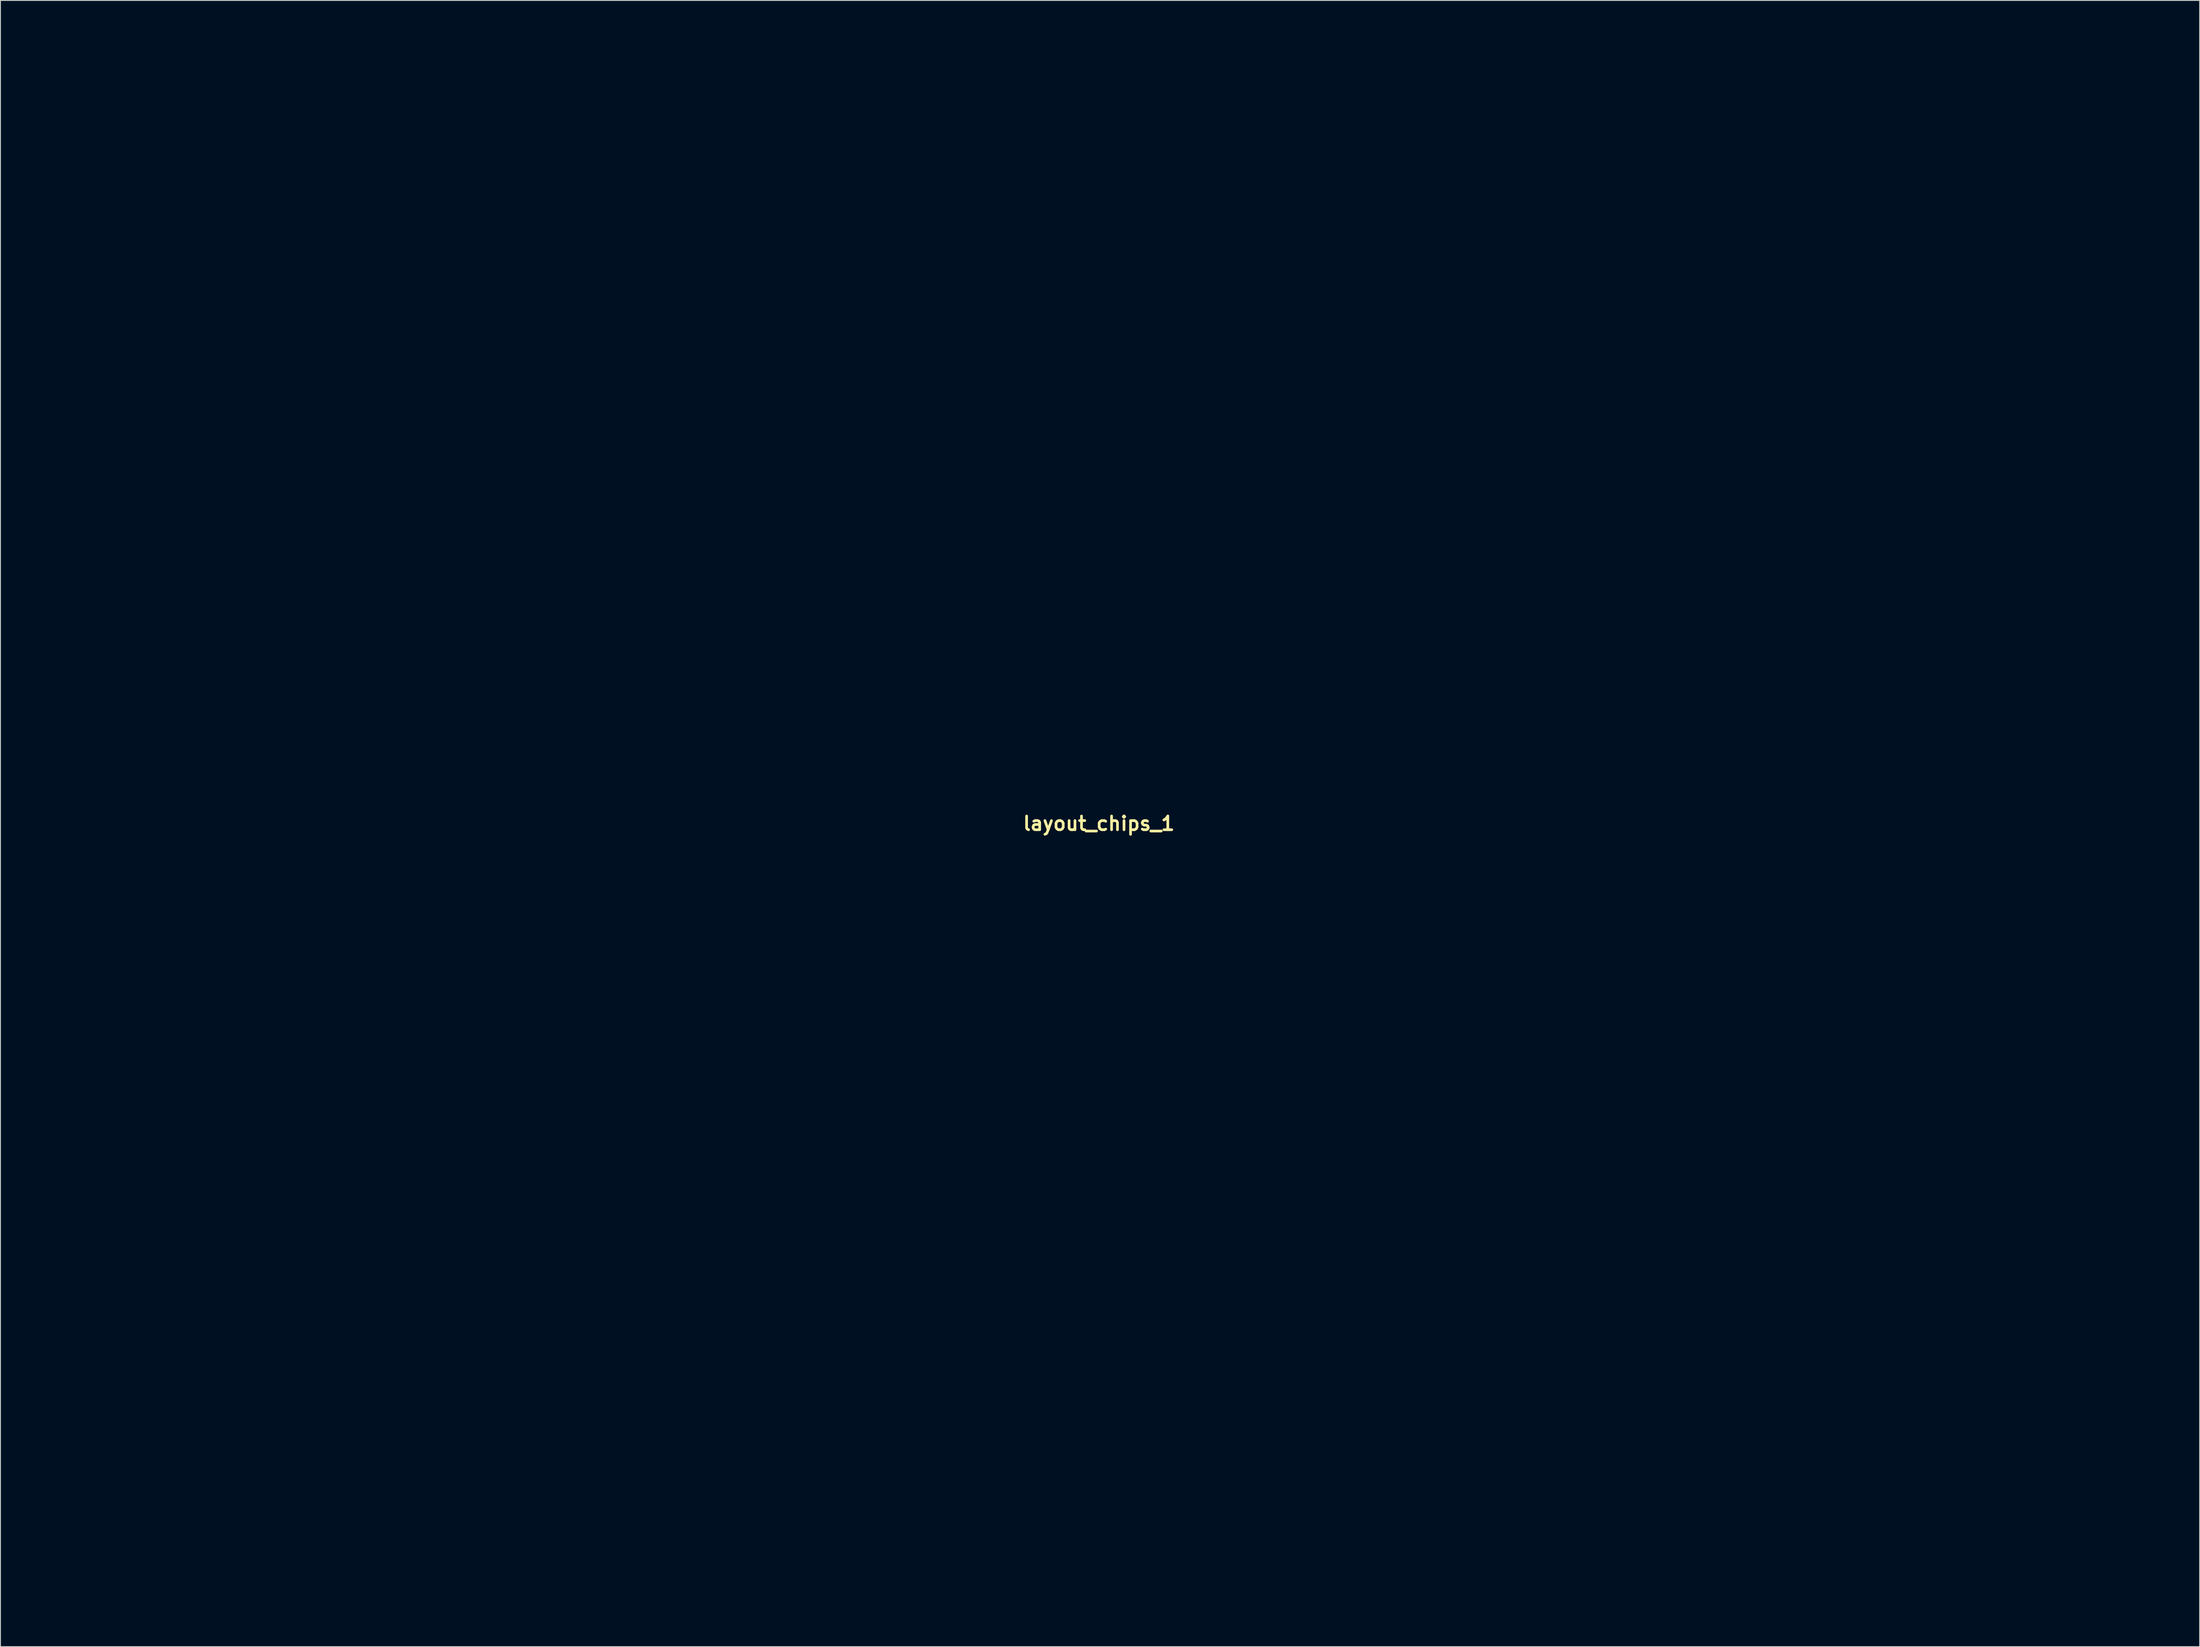
<source format=kicad_pcb>
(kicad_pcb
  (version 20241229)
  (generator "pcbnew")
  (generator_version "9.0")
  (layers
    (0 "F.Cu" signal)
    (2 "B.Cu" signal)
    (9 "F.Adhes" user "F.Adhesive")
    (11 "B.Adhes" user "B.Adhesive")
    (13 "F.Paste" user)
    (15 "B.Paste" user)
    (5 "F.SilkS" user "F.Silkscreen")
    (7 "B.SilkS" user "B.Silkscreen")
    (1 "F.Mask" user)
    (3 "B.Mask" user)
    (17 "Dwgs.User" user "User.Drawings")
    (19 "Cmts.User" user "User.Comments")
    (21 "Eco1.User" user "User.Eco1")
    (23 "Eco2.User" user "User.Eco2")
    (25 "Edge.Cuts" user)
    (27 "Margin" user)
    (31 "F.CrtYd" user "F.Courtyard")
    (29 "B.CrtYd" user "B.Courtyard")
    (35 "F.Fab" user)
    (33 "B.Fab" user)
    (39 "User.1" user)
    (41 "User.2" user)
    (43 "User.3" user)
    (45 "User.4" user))
  (footprint "layout_chips_1"
    (layer "F.Cu")
    (at 118.944 88.41)
    (property "Reference" "layout_chips_1" (at 0 0 0) (layer "F.SilkS") (effects (font (size 1.524 1.524) (thickness 0.3))))
    (attr board_only exclude_from_pos_files exclude_from_bom)
    (fp_poly (pts (xy 6.215 53.097) (xy 6.08 53.232) (xy 5.945 53.097) (xy 6.08 52.962)) (stroke (width 0.1) (type solid)) (fill no) (layer "Eco2.User"))
    (fp_poly (pts (xy -31.976 16.686) (xy -31.941 17.239) (xy -31.976 17.361) (xy -32.075 17.395) (xy -32.113 17.023) (xy -32.07 16.64)) (stroke (width 0.1) (type solid)) (fill no) (layer "Eco2.User"))
    (fp_poly (pts (xy -31.435 16.303) (xy -31.402 16.624) (xy -31.435 16.663) (xy -31.595 16.626) (xy -31.615 16.483) (xy -31.516 16.261)) (stroke (width 0.1) (type solid)) (fill no) (layer "Eco2.User"))
    (fp_poly (pts (xy -30.625 16.686) (xy -30.59 17.239) (xy -30.625 17.361) (xy -30.724 17.395) (xy -30.762 17.023) (xy -30.719 16.64)) (stroke (width 0.1) (type solid)) (fill no) (layer "Eco2.User"))
    (fp_poly (pts (xy 6.125 55.484) (xy 6.157 55.804) (xy 6.125 55.844) (xy 5.964 55.807) (xy 5.945 55.664) (xy 6.044 55.441)) (stroke (width 0.1) (type solid)) (fill no) (layer "Eco2.User"))
    (fp_poly (pts (xy 6.142 20.373) (xy 6.061 20.496) (xy 5.787 20.515) (xy 5.499 20.449) (xy 5.624 20.352) (xy 6.046 20.319)) (stroke (width 0.1) (type solid)) (fill no) (layer "Eco2.User"))
    (fp_poly (pts (xy 58.006 -3.423) (xy 57.969 -3.262) (xy 57.826 -3.243) (xy 57.603 -3.341) (xy 57.645 -3.423) (xy 57.966 -3.455)) (stroke (width 0.1) (type solid)) (fill no) (layer "Eco2.User"))
    (fp_poly (pts (xy 58.006 -2.612) (xy 57.969 -2.451) (xy 57.826 -2.432) (xy 57.603 -2.531) (xy 57.645 -2.612) (xy 57.966 -2.644)) (stroke (width 0.1) (type solid)) (fill no) (layer "Eco2.User"))
    (fp_poly (pts (xy -118.42 -88.128) (xy -118.353 -87.684) (xy -118.446 -87.176) (xy -118.623 -87.009) (xy -118.827 -87.24) (xy -118.894 -87.684) (xy -118.801 -88.192) (xy -118.623 -88.36)) (stroke (width 0.1) (type solid)) (fill no) (layer "Eco2.User"))
    (fp_poly (pts (xy -81.11 16.629) (xy -81.064 16.753) (xy -81.283 16.993) (xy -81.469 17.023) (xy -81.829 16.877) (xy -81.874 16.753) (xy -81.656 16.513) (xy -81.469 16.483)) (stroke (width 0.1) (type solid)) (fill no) (layer "Eco2.User"))
    (fp_poly (pts (xy -58.973 16.714) (xy -58.906 17.159) (xy -58.999 17.666) (xy -59.177 17.834) (xy -59.38 17.603) (xy -59.447 17.159) (xy -59.354 16.651) (xy -59.177 16.483)) (stroke (width 0.1) (type solid)) (fill no) (layer "Eco2.User"))
    (fp_poly (pts (xy -57.201 16.88) (xy -57.15 17.159) (xy -57.309 17.632) (xy -57.488 17.766) (xy -57.751 17.633) (xy -57.826 17.159) (xy -57.722 16.632) (xy -57.488 16.551)) (stroke (width 0.1) (type solid)) (fill no) (layer "Eco2.User"))
    (fp_poly (pts (xy -27.025 56.149) (xy -26.924 56.339) (xy -26.965 56.688) (xy -27.165 56.745) (xy -27.516 56.528) (xy -27.562 56.339) (xy -27.431 55.98) (xy -27.32 55.934)) (stroke (width 0.1) (type solid)) (fill no) (layer "Eco2.User"))
    (fp_poly (pts (xy -26.91 54.982) (xy -26.886 55.123) (xy -27.099 55.529) (xy -27.224 55.596) (xy -27.495 55.471) (xy -27.562 55.123) (xy -27.437 54.695) (xy -27.224 54.651)) (stroke (width 0.1) (type solid)) (fill no) (layer "Eco2.User"))
    (fp_poly (pts (xy -24.327 40.996) (xy -24.319 41.056) (xy -24.516 41.422) (xy -24.589 41.478) (xy -24.821 41.416) (xy -24.86 41.223) (xy -24.718 40.854) (xy -24.589 40.802)) (stroke (width 0.1) (type solid)) (fill no) (layer "Eco2.User"))
    (fp_poly (pts (xy 7.701 56.107) (xy 8.057 56.298) (xy 8.106 56.368) (xy 7.886 56.463) (xy 7.701 56.474) (xy 7.341 56.333) (xy 7.296 56.213) (xy 7.494 56.064)) (stroke (width 0.1) (type solid)) (fill no) (layer "Eco2.User"))
    (fp_poly (pts (xy 8.284 39.346) (xy 8.241 39.451) (xy 7.999 39.709) (xy 7.955 39.721) (xy 7.839 39.512) (xy 7.836 39.451) (xy 8.044 39.191) (xy 8.122 39.181)) (stroke (width 0.1) (type solid)) (fill no) (layer "Eco2.User"))
    (fp_poly (pts (xy 58.208 38.528) (xy 58.316 38.999) (xy 58.294 39.537) (xy 57.985 39.716) (xy 57.862 39.721) (xy 57.341 39.485) (xy 57.139 39.147) (xy 57.137 38.558) (xy 57.324 38.341) (xy 57.867 38.184)) (stroke (width 0.1) (type solid)) (fill no) (layer "Eco2.User"))
    (fp_poly (pts (xy 61.734 -65.465) (xy 61.864 -65.4) (xy 62.43 -65.006) (xy 62.527 -64.717) (xy 62.142 -64.584) (xy 62.03 -64.581) (xy 61.494 -64.7) (xy 61.338 -65.12) (xy 61.338 -65.131) (xy 61.413 -65.511)) (stroke (width 0.1) (type solid)) (fill no) (layer "Eco2.User"))
    (fp_poly (pts (xy 105.586 -2.335) (xy 106.144 -2.287) (xy 107.152 -2.244) (xy 108.515 -2.208) (xy 110.143 -2.182) (xy 111.943 -2.167) (xy 112.881 -2.165) (xy 119.164 -2.162) (xy 119.164 -0.356) (xy 114.097 -0.179) (xy 112.307 -0.12) (xy 110.526 -0.07) (xy 108.896 -0.031) (xy 107.556 -0.007) (xy 106.802 -0.001) (xy 104.572 0) (xy 104.572 -2.503)) (stroke (width 0.1) (type solid)) (fill no) (layer "Eco2.User"))
    (fp_poly (pts (xy -34.249 55.46) (xy -33.893 55.791) (xy -33.689 56.292) (xy -33.584 57.122) (xy -33.561 57.519) (xy -33.481 59.177) (xy -31.649 59.177) (xy -30.624 59.202) (xy -29.969 59.308) (xy -29.515 59.542) (xy -29.183 59.852) (xy -28.548 60.528) (xy -31.095 60.506) (xy -32.253 60.481) (xy -33.231 60.432) (xy -33.885 60.367) (xy -34.047 60.331) (xy -34.419 60.121) (xy -34.657 59.761) (xy -34.789 59.145) (xy -34.845 58.163) (xy -34.853 57.32) (xy -34.857 55.057)) (stroke (width 0.1) (type solid)) (fill no) (layer "Eco2.User"))
    (fp_poly (pts (xy 104.065 0.331) (xy 104.257 0.614) (xy 104.302 1.273) (xy 104.302 1.332) (xy 104.292 1.888) (xy 104.224 2.325) (xy 104.039 2.655) (xy 103.677 2.895) (xy 103.082 3.059) (xy 102.193 3.161) (xy 100.954 3.216) (xy 99.304 3.238) (xy 97.185 3.243) (xy 96.636 3.243) (xy 94.321 3.234) (xy 92.508 3.208) (xy 91.155 3.162) (xy 90.225 3.094) (xy 89.678 3.003) (xy 89.494 2.918) (xy 89.278 2.447) (xy 89.172 1.715) (xy 89.17 1.599) (xy 89.228 0.916) (xy 89.47 0.591) (xy 89.846 0.474) (xy 90.329 0.452) (xy 90.503 0.741) (xy 90.521 1.118) (xy 90.521 1.891) (xy 102.951 1.891) (xy 102.951 1.081) (xy 103.024 0.502) (xy 103.333 0.29) (xy 103.627 0.27)) (stroke (width 0.1) (type solid)) (fill no) (layer "Eco2.User"))
    (fp_poly (pts (xy -19.601 46.495) (xy -19.57 46.567) (xy -19.533 46.933) (xy -19.507 47.76) (xy -19.491 48.966) (xy -19.487 50.473) (xy -19.496 52.199) (xy -19.509 53.351) (xy -19.537 55.383) (xy -19.568 56.942) (xy -19.608 58.096) (xy -19.662 58.913) (xy -19.737 59.461) (xy -19.839 59.808) (xy -19.973 60.02) (xy -20.115 60.145) (xy -20.496 60.31) (xy -21.158 60.424) (xy -22.176 60.494) (xy -23.625 60.524) (xy -24.459 60.528) (xy -25.969 60.524) (xy -27.036 60.503) (xy -27.757 60.45) (xy -28.229 60.35) (xy -28.551 60.189) (xy -28.818 59.951) (xy -28.913 59.852) (xy -29.547 59.177) (xy -20.806 59.177) (xy -20.806 53.027) (xy -20.804 51.047) (xy -20.794 49.539) (xy -20.77 48.433) (xy -20.726 47.661) (xy -20.656 47.152) (xy -20.555 46.839) (xy -20.417 46.651) (xy -20.26 46.535) (xy -19.818 46.332)) (stroke (width 0.1) (type solid)) (fill no) (layer "Eco2.User"))
    (fp_poly (pts (xy 98.776 -11.885) (xy 100.439 -11.871) (xy 101.689 -11.842) (xy 102.59 -11.795) (xy 103.204 -11.726) (xy 103.596 -11.631) (xy 103.829 -11.508) (xy 103.878 -11.465) (xy 104.045 -11.208) (xy 104.164 -10.772) (xy 104.241 -10.074) (xy 104.284 -9.033) (xy 104.301 -7.564) (xy 104.302 -6.89) (xy 104.3 -5.312) (xy 104.284 -4.192) (xy 104.244 -3.449) (xy 104.168 -3.001) (xy 104.044 -2.765) (xy 103.86 -2.661) (xy 103.694 -2.623) (xy 103.086 -2.506) (xy 103.694 -2.469) (xy 104.072 -2.379) (xy 104.251 -2.074) (xy 104.301 -1.406) (xy 104.302 -1.216) (xy 104.274 -0.466) (xy 104.136 -0.11) (xy 103.809 -0.005) (xy 103.627 0) (xy 102.951 0) (xy 102.951 -10.538) (xy 90.533 -10.538) (xy 90.459 -5.202) (xy 90.433 -3.38) (xy 90.404 -2.027) (xy 90.365 -1.072) (xy 90.306 -0.444) (xy 90.218 -0.07) (xy 90.092 0.12) (xy 89.919 0.197) (xy 89.778 0.221) (xy 89.17 0.308) (xy 89.17 -5.467) (xy 89.181 -7.605) (xy 89.215 -9.243) (xy 89.273 -10.419) (xy 89.359 -11.171) (xy 89.473 -11.539) (xy 89.494 -11.565) (xy 89.781 -11.675) (xy 90.42 -11.76) (xy 91.451 -11.822) (xy 92.915 -11.863) (xy 94.85 -11.885) (xy 96.636 -11.889)) (stroke (width 0.1) (type solid)) (fill no) (layer "Eco2.User"))
    (fp_poly (pts (xy -25.056 45.405) (xy -23.233 45.432) (xy -21.75 45.475) (xy -20.66 45.532) (xy -20.02 45.601) (xy -19.869 45.652) (xy -19.809 45.903) (xy -20.002 46.1) (xy -20.492 46.248) (xy -21.323 46.352) (xy -22.537 46.416) (xy -24.18 46.444) (xy -26.294 46.44) (xy -27.718 46.426) (xy -29.833 46.409) (xy -31.56 46.413) (xy -32.865 46.437) (xy -33.714 46.481) (xy -34.075 46.544) (xy -34.055 46.585) (xy -33.851 46.705) (xy -33.705 46.91) (xy -33.607 47.28) (xy -33.548 47.897) (xy -33.518 48.844) (xy -33.507 50.2) (xy -33.506 51.247) (xy -33.51 52.722) (xy -33.521 53.986) (xy -33.537 54.951) (xy -33.558 55.526) (xy -33.574 55.65) (xy -33.819 55.503) (xy -34.249 55.211) (xy -34.642 54.815) (xy -34.822 54.227) (xy -34.857 53.492) (xy -34.789 52.624) (xy -34.602 52.123) (xy -34.52 52.06) (xy -34.321 51.938) (xy -34.52 51.902) (xy -34.669 51.644) (xy -34.777 50.979) (xy -34.843 50.039) (xy -34.866 48.955) (xy -34.845 47.861) (xy -34.778 46.887) (xy -34.664 46.166) (xy -34.578 45.918) (xy -34.468 45.761) (xy -34.287 45.639) (xy -33.97 45.547) (xy -33.456 45.482) (xy -32.681 45.439) (xy -31.581 45.413) (xy -30.095 45.4) (xy -28.158 45.396) (xy -27.163 45.396)) (stroke (width 0.1) (type solid)) (fill no) (layer "Eco2.User"))
    (fp_poly (pts (xy -27.25 31.116) (xy -26.426 31.126) (xy -24.281 31.164) (xy -22.626 31.214) (xy -21.411 31.279) (xy -20.587 31.364) (xy -20.104 31.47) (xy -19.941 31.56) (xy -19.82 31.828) (xy -19.722 32.394) (xy -19.644 33.309) (xy -19.585 34.623) (xy -19.539 36.385) (xy -19.509 38.287) (xy -19.491 40.102) (xy -19.486 41.746) (xy -19.492 43.139) (xy -19.51 44.199) (xy -19.538 44.848) (xy -19.56 45.008) (xy -19.896 45.232) (xy -20.249 45.208) (xy -20.426 45.144) (xy -20.561 45.011) (xy -20.659 44.744) (xy -20.727 44.276) (xy -20.77 43.542) (xy -20.794 42.476) (xy -20.804 41.011) (xy -20.806 39.081) (xy -20.806 38.744) (xy -20.806 32.426) (xy -33.506 32.426) (xy -33.506 38.776) (xy -33.517 40.688) (xy -33.545 42.336) (xy -33.59 43.657) (xy -33.649 44.59) (xy -33.72 45.072) (xy -33.754 45.126) (xy -34.207 45.215) (xy -34.43 45.29) (xy -34.568 45.296) (xy -34.674 45.153) (xy -34.75 44.799) (xy -34.802 44.172) (xy -34.834 43.211) (xy -34.851 41.852) (xy -34.857 40.036) (xy -34.857 39.345) (xy -34.851 37.275) (xy -34.828 35.694) (xy -34.787 34.55) (xy -34.725 33.793) (xy -34.639 33.371) (xy -34.527 33.232) (xy -34.52 33.232) (xy -34.366 33.149) (xy -34.572 32.981) (xy -34.826 32.576) (xy -34.688 32.059) (xy -34.247 31.567) (xy -33.589 31.239) (xy -33.451 31.208) (xy -32.927 31.163) (xy -31.953 31.131) (xy -30.621 31.112) (xy -29.023 31.106)) (stroke (width 0.1) (type solid)) (fill no) (layer "Eco2.User"))
    (fp_poly (pts (xy -30.679 -34.45) (xy -29.038 -34.44) (xy -27.807 -34.418) (xy -26.922 -34.379) (xy -26.318 -34.319) (xy -25.93 -34.233) (xy -25.693 -34.117) (xy -25.542 -33.967) (xy -25.527 -33.946) (xy -25.405 -33.661) (xy -25.31 -33.143) (xy -25.241 -32.333) (xy -25.193 -31.174) (xy -25.164 -29.609) (xy -25.151 -27.579) (xy -25.15 -26.847) (xy -25.15 -24.783) (xy -25.158 -23.192) (xy -25.18 -22.004) (xy -25.221 -21.151) (xy -25.286 -20.565) (xy -25.379 -20.177) (xy -25.506 -19.92) (xy -25.672 -19.724) (xy -25.677 -19.719) (xy -25.872 -19.552) (xy -26.129 -19.424) (xy -26.515 -19.329) (xy -27.098 -19.264) (xy -27.947 -19.222) (xy -29.131 -19.198) (xy -30.719 -19.187) (xy -32.778 -19.185) (xy -32.779 -19.185) (xy -34.936 -19.191) (xy -36.614 -19.211) (xy -37.873 -19.249) (xy -38.776 -19.308) (xy -39.382 -19.39) (xy -39.753 -19.501) (xy -39.872 -19.569) (xy -40.033 -19.713) (xy -40.157 -19.927) (xy -40.249 -20.274) (xy -40.314 -20.82) (xy -40.357 -21.63) (xy -40.382 -22.77) (xy -40.393 -24.305) (xy -40.397 -26.299) (xy -40.397 -26.851) (xy -40.39 -29.097) (xy -40.369 -30.855) (xy -40.331 -32.177) (xy -40.273 -33.114) (xy -40.257 -33.236) (xy -39.181 -33.236) (xy -39.181 -20.536) (xy -26.481 -20.536) (xy -26.481 -33.236) (xy -39.181 -33.236) (xy -40.257 -33.236) (xy -40.192 -33.72) (xy -40.087 -34.045) (xy -40.046 -34.101) (xy -39.804 -34.215) (xy -39.3 -34.303) (xy -38.481 -34.369) (xy -37.296 -34.413) (xy -35.693 -34.44) (xy -33.619 -34.451) (xy -32.796 -34.452)) (stroke (width 0.1) (type solid)) (fill no) (layer "Eco2.User"))
    (fp_poly (pts (xy -26.016 49.368) (xy -25.312 49.837) (xy -24.61 50.454) (xy -24.081 51.082) (xy -24.047 51.135) (xy -23.553 52.402) (xy -23.594 53.684) (xy -24.167 54.955) (xy -24.691 55.621) (xy -25.265 56.254) (xy -25.594 54.178) (xy -25.632 55.297) (xy -25.762 56.157) (xy -26.064 56.568) (xy -26.076 56.572) (xy -26.336 56.626) (xy -26.479 56.455) (xy -26.551 55.946) (xy -26.585 55.259) (xy -26.697 54.661) (xy -27.074 54.409) (xy -27.344 54.364) (xy -27.794 54.354) (xy -28.022 54.553) (xy -28.123 55.096) (xy -28.154 55.495) (xy -28.23 56.227) (xy -28.365 56.525) (xy -28.619 56.492) (xy -28.71 56.444) (xy -29.081 55.963) (xy -29.183 55.4) (xy -29.024 54.722) (xy -28.71 54.499) (xy -28.645 54.425) (xy -29.032 54.381) (xy -29.318 54.375) (xy -29.873 54.401) (xy -30.016 54.464) (xy -29.926 54.499) (xy -29.538 54.855) (xy -29.453 55.311) (xy -29.501 55.775) (xy -29.704 55.78) (xy -29.853 55.668) (xy -30.431 54.94) (xy -30.876 53.939) (xy -31.072 52.934) (xy -31.073 52.853) (xy -30.834 51.758) (xy -30.196 50.685) (xy -29.275 49.819) (xy -29.118 49.718) (xy -28.218 49.26) (xy -27.643 49.207) (xy -27.351 49.567) (xy -27.291 50.105) (xy -27.398 50.833) (xy -27.746 51.149) (xy -27.764 51.154) (xy -27.829 51.231) (xy -27.443 51.28) (xy -27.156 51.288) (xy -26.568 51.265) (xy -26.362 51.198) (xy -26.413 51.161) (xy -26.611 50.863) (xy -26.728 50.301) (xy -26.749 49.695) (xy -26.66 49.264) (xy -26.548 49.18)) (stroke (width 0.1) (type solid)) (fill no) (layer "Eco2.User"))
    (fp_poly (pts (xy 96.674 -7.72) (xy 96.736 -7.161) (xy 96.648 -6.461) (xy 96.368 -6.217) (xy 96.331 -6.215) (xy 95.971 -6.069) (xy 95.926 -5.945) (xy 96.163 -5.766) (xy 96.747 -5.677) (xy 96.871 -5.674) (xy 97.496 -5.742) (xy 97.809 -5.909) (xy 97.817 -5.945) (xy 97.598 -6.184) (xy 97.412 -6.215) (xy 97.112 -6.42) (xy 97.007 -7.075) (xy 97.006 -7.161) (xy 97.082 -7.821) (xy 97.357 -8.072) (xy 97.906 -7.931) (xy 98.563 -7.567) (xy 99.564 -6.697) (xy 100.25 -5.573) (xy 100.517 -4.371) (xy 100.517 -4.323) (xy 100.266 -3.094) (xy 99.592 -1.99) (xy 98.61 -1.128) (xy 97.436 -0.624) (xy 96.736 -0.542) (xy 95.844 -0.69) (xy 94.961 -1.049) (xy 94.91 -1.079) (xy 94.442 -1.486) (xy 95.115 -1.486) (xy 95.25 -1.351) (xy 95.385 -1.486) (xy 95.363 -1.509) (xy 95.947 -1.509) (xy 95.997 -1.158) (xy 96.089 -1.154) (xy 96.148 -1.486) (xy 96.736 -1.486) (xy 96.871 -1.351) (xy 97.006 -1.486) (xy 96.871 -1.621) (xy 98.628 -1.621) (xy 98.727 -1.399) (xy 98.808 -1.441) (xy 98.84 -1.762) (xy 98.808 -1.801) (xy 98.647 -1.764) (xy 98.628 -1.621) (xy 96.871 -1.621) (xy 96.736 -1.486) (xy 96.148 -1.486) (xy 96.153 -1.516) (xy 96.11 -1.672) (xy 95.99 -1.774) (xy 95.947 -1.509) (xy 95.363 -1.509) (xy 95.25 -1.621) (xy 95.115 -1.486) (xy 94.442 -1.486) (xy 94.131 -1.756) (xy 94.574 -1.756) (xy 94.71 -1.621) (xy 94.845 -1.756) (xy 94.71 -1.891) (xy 94.574 -1.756) (xy 94.131 -1.756) (xy 93.909 -1.95) (xy 93.222 -3.074) (xy 92.956 -4.276) (xy 92.955 -4.323) (xy 93.203 -5.525) (xy 93.875 -6.656) (xy 94.865 -7.54) (xy 94.91 -7.567) (xy 95.808 -8.025) (xy 96.382 -8.079)) (stroke (width 0.1) (type solid)) (fill no) (layer "Eco2.User"))
    (fp_poly (pts (xy -31.453 -30.337) (xy -30.674 -29.843) (xy -29.929 -29.182) (xy -29.452 -28.577) (xy -28.986 -27.375) (xy -28.983 -26.185) (xy -29.367 -25.083) (xy -30.064 -24.142) (xy -30.999 -23.437) (xy -32.099 -23.044) (xy -33.287 -23.036) (xy -34.49 -23.488) (xy -34.522 -23.507) (xy -35.15 -24.049) (xy -34.317 -24.049) (xy -34.218 -23.827) (xy -34.137 -23.869) (xy -34.131 -23.93) (xy -33.506 -23.93) (xy -33.417 -23.539) (xy -33.183 -23.656) (xy -33.113 -23.76) (xy -33.141 -24.049) (xy -32.426 -24.049) (xy -32.327 -23.827) (xy -32.245 -23.869) (xy -32.241 -23.914) (xy -31.885 -23.914) (xy -31.75 -23.779) (xy -31.732 -23.796) (xy -31.008 -23.796) (xy -30.971 -23.779) (xy -30.725 -23.969) (xy -30.669 -24.049) (xy -30.6 -24.302) (xy -30.637 -24.319) (xy -30.884 -24.129) (xy -30.939 -24.049) (xy -31.008 -23.796) (xy -31.732 -23.796) (xy -31.615 -23.914) (xy -31.75 -24.049) (xy -31.885 -23.914) (xy -32.241 -23.914) (xy -32.213 -24.189) (xy -32.245 -24.229) (xy -32.406 -24.192) (xy -32.426 -24.049) (xy -33.141 -24.049) (xy -33.146 -24.107) (xy -33.232 -24.181) (xy -33.467 -24.123) (xy -33.506 -23.93) (xy -34.131 -23.93) (xy -34.105 -24.189) (xy -34.137 -24.229) (xy -34.298 -24.192) (xy -34.317 -24.049) (xy -35.15 -24.049) (xy -35.599 -24.437) (xy -36.236 -25.575) (xy -36.434 -26.814) (xy -36.192 -28.048) (xy -35.511 -29.169) (xy -34.522 -29.995) (xy -33.71 -30.424) (xy -33.23 -30.477) (xy -33.008 -30.136) (xy -32.966 -29.611) (xy -33.055 -28.951) (xy -33.274 -28.567) (xy -33.304 -28.551) (xy -33.299 -28.464) (xy -32.865 -28.417) (xy -32.696 -28.415) (xy -32.168 -28.447) (xy -32.042 -28.526) (xy -32.088 -28.551) (xy -32.316 -28.888) (xy -32.424 -29.528) (xy -32.426 -29.611) (xy -32.336 -30.274) (xy -32.097 -30.533) (xy -32.088 -30.533)) (stroke (width 0.1) (type solid)) (fill no) (layer "Eco2.User"))
    (fp_poly (pts (xy -26.016 35.316) (xy -25.312 35.786) (xy -24.61 36.403) (xy -24.081 37.031) (xy -24.047 37.084) (xy -23.626 38.048) (xy -23.485 38.999) (xy -23.608 39.812) (xy -23.979 40.363) (xy -24.483 40.532) (xy -24.953 40.63) (xy -25.119 41.031) (xy -25.13 41.314) (xy -25.331 42.031) (xy -25.869 42.398) (xy -26.098 42.423) (xy -26.221 42.204) (xy -26.214 41.699) (xy -26.109 41.14) (xy -25.934 40.757) (xy -25.873 40.711) (xy -25.86 40.618) (xy -26.281 40.575) (xy -26.346 40.575) (xy -26.806 40.611) (xy -26.843 40.7) (xy -26.819 40.711) (xy -26.59 41.047) (xy -26.482 41.687) (xy -26.481 41.77) (xy -26.521 42.326) (xy -26.717 42.603) (xy -27.185 42.645) (xy -28.041 42.498) (xy -28.237 42.457) (xy -28.825 42.229) (xy -29.12 41.756) (xy -29.215 41.341) (xy -29.26 41.107) (xy -28.653 41.107) (xy -28.462 41.532) (xy -28.102 41.748) (xy -27.665 42.01) (xy -27.562 42.216) (xy -27.435 42.361) (xy -27.359 42.304) (xy -27.403 42.024) (xy -27.764 41.685) (xy -28.283 41.228) (xy -28.281 40.899) (xy -27.899 40.718) (xy -27.659 40.621) (xy -27.935 40.569) (xy -28.035 40.563) (xy -28.506 40.717) (xy -28.653 41.107) (xy -29.26 41.107) (xy -29.326 40.772) (xy -29.383 40.711) (xy -29.417 41.129) (xy -29.418 41.151) (xy -29.485 41.649) (xy -29.668 41.687) (xy -29.83 41.556) (xy -30.102 41.197) (xy -30.114 41.053) (xy -30.223 40.785) (xy -30.548 40.448) (xy -31 39.736) (xy -31.081 38.799) (xy -30.828 37.765) (xy -30.28 36.761) (xy -29.475 35.915) (xy -29.118 35.667) (xy -28.218 35.209) (xy -27.643 35.156) (xy -27.351 35.516) (xy -27.291 36.054) (xy -27.398 36.782) (xy -27.746 37.098) (xy -27.764 37.103) (xy -27.829 37.18) (xy -27.443 37.229) (xy -27.156 37.237) (xy -26.568 37.214) (xy -26.362 37.146) (xy -26.413 37.11) (xy -26.611 36.812) (xy -26.728 36.25) (xy -26.749 35.644) (xy -26.66 35.213) (xy -26.548 35.129)) (stroke (width 0.1) (type solid)) (fill no) (layer "Eco2.User"))
    (fp_poly (pts (xy 119.164 -65.457) (xy 113.692 -65.292) (xy 112.438 -65.26) (xy 110.708 -65.226) (xy 108.568 -65.19) (xy 106.084 -65.154) (xy 103.319 -65.117) (xy 100.339 -65.081) (xy 97.21 -65.047) (xy 93.996 -65.016) (xy 90.762 -64.988) (xy 90.521 -64.986) (xy 87.314 -64.958) (xy 84.141 -64.927) (xy 81.065 -64.894) (xy 78.148 -64.858) (xy 75.452 -64.822) (xy 73.04 -64.786) (xy 70.974 -64.75) (xy 69.317 -64.716) (xy 68.13 -64.685) (xy 68.026 -64.682) (xy 63.23 -64.519) (xy 63.211 -65.293) (xy 63.203 -65.391) (xy 65.391 -65.391) (xy 65.56 -64.951) (xy 65.797 -64.851) (xy 66.127 -65.076) (xy 66.202 -65.391) (xy 66.033 -65.832) (xy 65.797 -65.932) (xy 65.467 -65.707) (xy 65.391 -65.391) (xy 63.203 -65.391) (xy 63.172 -65.768) (xy 63.073 -65.743) (xy 62.995 -65.568) (xy 62.803 -65.227) (xy 62.56 -65.362) (xy 62.441 -65.5) (xy 61.859 -65.937) (xy 61.357 -65.895) (xy 61.064 -65.43) (xy 61.053 -64.896) (xy 60.977 -64.762) (xy 60.664 -64.67) (xy 60.047 -64.616) (xy 59.062 -64.596) (xy 57.644 -64.606) (xy 56.494 -64.625) (xy 54.741 -64.651) (xy 53.461 -64.648) (xy 52.588 -64.611) (xy 52.054 -64.537) (xy 51.794 -64.422) (xy 51.748 -64.356) (xy 51.634 -63.937) (xy 51.833 -63.788) (xy 52.286 -63.77) (xy 52.794 -63.863) (xy 52.962 -64.04) (xy 53.227 -64.135) (xy 54.007 -64.21) (xy 55.275 -64.265) (xy 57.006 -64.299) (xy 59.168 -64.311) (xy 61.171 -64.307) (xy 62.694 -64.293) (xy 63.798 -64.265) (xy 64.542 -64.219) (xy 64.988 -64.15) (xy 65.196 -64.055) (xy 65.227 -63.929) (xy 65.219 -63.905) (xy 65.26 -63.578) (xy 65.633 -63.5) (xy 66.086 -63.652) (xy 66.202 -63.882) (xy 66.239 -63.998) (xy 66.371 -64.101) (xy 66.632 -64.191) (xy 67.054 -64.27) (xy 67.671 -64.338) (xy 68.516 -64.398) (xy 69.621 -64.45) (xy 71.02 -64.495) (xy 72.745 -64.536) (xy 74.83 -64.572) (xy 77.308 -64.604) (xy 80.212 -64.636) (xy 83.574 -64.666) (xy 87.428 -64.697) (xy 89.44 -64.712) (xy 92.79 -64.739) (xy 96.108 -64.769) (xy 99.333 -64.802) (xy 102.407 -64.837) (xy 105.269 -64.872) (xy 107.86 -64.908) (xy 110.122 -64.943) (xy 111.993 -64.977) (xy 113.415 -65.009) (xy 113.962 -65.025) (xy 119.164 -65.193) (xy 119.164 -26.974) (xy 115.989 -27.146) (xy 114.872 -27.203) (xy 113.31 -27.275) (xy 111.344 -27.362) (xy 109.014 -27.462) (xy 106.363 -27.574) (xy 103.431 -27.695) (xy 100.259 -27.824) (xy 96.889 -27.96) (xy 93.361 -28.101) (xy 89.717 -28.245) (xy 85.997 -28.392) (xy 82.243 -28.538) (xy 78.495 -28.683) (xy 74.796 -28.825) (xy 71.186 -28.963) (xy 67.706 -29.094) (xy 64.397 -29.218) (xy 61.3 -29.332) (xy 58.456 -29.435) (xy 55.908 -29.526) (xy 53.694 -29.603) (xy 51.858 -29.665) (xy 50.439 -29.708) (xy 49.479 -29.734) (xy 49.024 -29.738) (xy 47.913 -29.742) (xy 47.217 -29.84) (xy 46.818 -30.051) (xy 46.756 -30.117) (xy 46.525 -30.565) (xy 46.68 -30.737) (xy 47.103 -30.555) (xy 47.239 -30.442) (xy 47.758 -30.055) (xy 48.016 -30.122) (xy 48.08 -30.666) (xy 48.08 -30.669) (xy 49.989 -30.669) (xy 50.135 -30.31) (xy 50.26 -30.264) (xy 50.499 -30.483) (xy 50.53 -30.669) (xy 50.384 -31.029) (xy 50.26 -31.074) (xy 50.02 -30.856) (xy 49.989 -30.669) (xy 48.08 -30.669) (xy 48.079 -30.737) (xy 48.044 -31.205) (xy 47.949 -31.175) (xy 47.855 -30.957) (xy 47.632 -30.631) (xy 47.453 -30.755) (xy 47.039 -31.059) (xy 46.554 -31.03) (xy 46.235 -30.709) (xy 46.206 -30.534) (xy 46.212 -30.376) (xy 46.194 -30.249) (xy 46.105 -30.149) (xy 45.895 -30.077) (xy 45.514 -30.032) (xy 44.913 -30.012) (xy 44.042 -30.016) (xy 42.853 -30.044) (xy 41.295 -30.093) (xy 39.319 -30.164) (xy 36.877 -30.255) (xy 35.533 -30.305) (xy 33.081 -30.4) (xy 31.116 -30.486) (xy 29.585 -30.566) (xy 28.435 -30.646) (xy 27.612 -30.73) (xy 27.063 -30.821) (xy 26.735 -30.926) (xy 26.578 -31.043) (xy 26.244 -31.312) (xy 25.863 -31.122) (xy 25.418 -30.859) (xy 25.226 -30.827) (xy 24.673 -30.847) (xy 24.571 -30.685) (xy 24.963 -30.417) (xy 24.987 -30.407) (xy 25.581 -30.198) (xy 25.935 -30.281) (xy 26.139 -30.496) (xy 26.394 -30.744) (xy 26.417 -30.568) (xy 26.496 -30.374) (xy 26.883 -30.267) (xy 27.667 -30.231) (xy 28.372 -30.238) (xy 29.12 -30.236) (xy 30.33 -30.209) (xy 31.923 -30.161) (xy 33.821 -30.095) (xy 35.947 -30.013) (xy 38.223 -29.918) (xy 40.127 -29.833) (xy 42.393 -29.73) (xy 44.509 -29.635) (xy 46.41 -29.551) (xy 48.03 -29.481) (xy 49.302 -29.427) (xy 50.161 -29.393) (xy 50.53 -29.381) (xy 50.986 -29.369) (xy 51.941 -29.338) (xy 53.353 -29.289) (xy 55.18 -29.223) (xy 57.381 -29.142) (xy 59.913 -29.048) (xy 62.736 -28.943) (xy 65.807 -28.828) (xy 69.086 -28.704) (xy 72.53 -28.574) (xy 76.098 -28.438) (xy 79.749 -28.299) (xy 83.44 -28.158) (xy 87.13 -28.016) (xy 90.777 -27.876) (xy 94.341 -27.738) (xy 97.778 -27.605) (xy 101.048 -27.478) (xy 104.11 -27.358) (xy 106.92 -27.247) (xy 109.439 -27.147) (xy 111.623 -27.06) (xy 113.432 -26.986) (xy 114.824 -26.928) (xy 115.758 -26.887) (xy 116.124 -26.869) (xy 119.164 -26.698) (xy 119.164 -2.432) (xy 112.881 -2.435) (xy 111.029 -2.443) (xy 109.304 -2.464) (xy 107.796 -2.495) (xy 106.599 -2.535) (xy 105.804 -2.581) (xy 105.586 -2.605) (xy 104.572 -2.773) (xy 104.572 -4.459) (xy 105.923 -4.459) (xy 106.059 -4.323) (xy 106.194 -4.459) (xy 115.381 -4.459) (xy 115.516 -4.323) (xy 115.651 -4.459) (xy 115.516 -4.594) (xy 115.381 -4.459) (xy 106.194 -4.459) (xy 106.059 -4.594) (xy 105.923 -4.459) (xy 104.572 -4.459) (xy 104.572 -7.019) (xy 104.566 -8.648) (xy 104.542 -9.823) (xy 104.49 -10.63) (xy 104.401 -11.156) (xy 104.267 -11.488) (xy 104.079 -11.712) (xy 104.078 -11.712) (xy 103.87 -11.851) (xy 103.545 -11.958) (xy 103.04 -12.038) (xy 102.289 -12.094) (xy 101.227 -12.13) (xy 99.79 -12.15) (xy 97.914 -12.159) (xy 96.667 -12.16) (xy 94.51 -12.156) (xy 92.83 -12.141) (xy 91.565 -12.113) (xy 90.651 -12.067) (xy 90.024 -11.999) (xy 89.623 -11.907) (xy 89.383 -11.786) (xy 89.325 -11.735) (xy 89.181 -11.52) (xy 89.073 -11.155) (xy 88.996 -10.57) (xy 88.945 -9.696) (xy 88.915 -8.464) (xy 88.902 -6.804) (xy 88.9 -5.52) (xy 88.9 0.27) (xy 79.755 0.27) (xy 77.379 0.276) (xy 74.995 0.291) (xy 72.704 0.316) (xy 70.607 0.347) (xy 68.805 0.385) (xy 67.397 0.427) (xy 66.92 0.447) (xy 63.23 0.624) (xy 63.23 -0.093) (xy 63.142 -0.621) (xy 62.96 -0.811) (xy 62.756 -0.579) (xy 62.689 -0.135) (xy 62.689 0.54) (xy 59.33 0.54) (xy 55.97 0.54) (xy 55.842 -0.302) (xy 56.204 -0.302) (xy 56.275 0.054) (xy 56.58 0.223) (xy 57.26 0.27) (xy 57.42 0.27) (xy 58.222 0.217) (xy 58.587 0.037) (xy 58.636 -0.135) (xy 59.447 -0.135) (xy 59.682 0.191) (xy 60.122 0.27) (xy 60.666 0.129) (xy 60.798 -0.135) (xy 60.701 -0.27) (xy 61.068 -0.27) (xy 61.181 0.169) (xy 61.338 0.27) (xy 61.558 0.044) (xy 61.587 -0.135) (xy 61.879 -0.135) (xy 62.025 0.224) (xy 62.149 0.27) (xy 62.389 0.051) (xy 62.419 -0.135) (xy 62.273 -0.495) (xy 62.149 -0.54) (xy 61.909 -0.322) (xy 61.879 -0.135) (xy 61.587 -0.135) (xy 61.609 -0.27) (xy 61.495 -0.709) (xy 61.338 -0.811) (xy 61.119 -0.584) (xy 61.068 -0.27) (xy 60.701 -0.27) (xy 60.563 -0.461) (xy 60.122 -0.54) (xy 59.579 -0.399) (xy 59.447 -0.135) (xy 58.636 -0.135) (xy 58.405 -0.464) (xy 58.028 -0.544) (xy 57.246 -0.621) (xy 56.812 -0.711) (xy 56.348 -0.742) (xy 56.207 -0.408) (xy 56.204 -0.302) (xy 55.842 -0.302) (xy 55.745 -0.946) (xy 55.704 -0.234) (xy 55.664 0.477) (xy 45.869 0.652) (xy 44.331 0.678) (xy 42.298 0.709) (xy 39.815 0.746) (xy 36.929 0.787) (xy 33.685 0.832) (xy 30.128 0.88) (xy 26.303 0.931) (xy 22.257 0.984) (xy 18.035 1.039) (xy 13.682 1.094) (xy 9.244 1.15) (xy 4.767 1.205) (xy 1.761 1.241) (xy -2.5 1.294) (xy -6.61 1.346) (xy -10.538 1.398) (xy -14.25 1.448) (xy -17.716 1.498) (xy -20.901 1.544) (xy -23.775 1.589) (xy -26.305 1.63) (xy -28.459 1.668) (xy -30.204 1.701) (xy -31.508 1.73) (xy -32.339 1.754) (xy -32.665 1.773) (xy -32.668 1.774) (xy -32.692 1.792) (xy -32.71 1.809) (xy -32.701 1.824) (xy -32.645 1.837) (xy -32.519 1.848) (xy -32.302 1.857) (xy -31.972 1.863) (xy -31.509 1.866) (xy -30.891 1.867) (xy -30.095 1.864) (xy -29.102 1.857) (xy -27.889 1.848) (xy -26.435 1.834) (xy -24.718 1.816) (xy -22.718 1.794) (xy -20.412 1.768) (xy -17.78 1.737) (xy -14.799 1.701) (xy -11.449 1.66) (xy -7.707 1.614) (xy -3.553 1.562) (xy 1.035 1.505) (xy 6.078 1.441) (xy 11.598 1.372) (xy 17.617 1.296) (xy 23.914 1.216) (xy 29.32 1.148) (xy 34.636 1.082) (xy 39.831 1.019) (xy 44.877 0.957) (xy 49.743 0.899) (xy 54.399 0.844) (xy 58.816 0.792) (xy 62.963 0.744) (xy 66.81 0.701) (xy 70.329 0.662) (xy 73.488 0.628) (xy 76.258 0.599) (xy 78.609 0.576) (xy 80.511 0.559) (xy 81.935 0.548) (xy 82.849 0.544) (xy 82.888 0.544) (xy 88.9 0.54) (xy 88.9 1.602) (xy 88.909 2.154) (xy 88.975 2.588) (xy 89.156 2.917) (xy 89.51 3.158) (xy 90.095 3.323) (xy 90.969 3.427) (xy 92.19 3.483) (xy 93.816 3.507) (xy 95.905 3.513) (xy 96.714 3.513) (xy 98.977 3.511) (xy 100.758 3.494) (xy 102.114 3.447) (xy 103.104 3.354) (xy 103.784 3.2) (xy 104.213 2.969) (xy 104.449 2.645) (xy 104.549 2.213) (xy 104.572 1.658) (xy 104.572 1.397) (xy 104.572 0.27) (xy 106.802 0.269) (xy 107.818 0.259) (xy 109.233 0.232) (xy 110.909 0.19) (xy 112.704 0.138) (xy 114.097 0.092) (xy 119.164 -0.085) (xy 119.164 17.251) (xy 119.162 20.876) (xy 119.155 23.993) (xy 119.144 26.635) (xy 119.126 28.834) (xy 119.103 30.624) (xy 119.072 32.035) (xy 119.034 33.102) (xy 118.987 33.857) (xy 118.932 34.332) (xy 118.867 34.56) (xy 118.826 34.592) (xy 118.529 34.559) (xy 117.72 34.462) (xy 116.426 34.305) (xy 114.671 34.09) (xy 112.48 33.82) (xy 109.879 33.499) (xy 106.892 33.129) (xy 106.663 33.101) (xy 115.381 33.101) (xy 115.516 33.236) (xy 115.651 33.101) (xy 115.516 32.966) (xy 115.381 33.101) (xy 106.663 33.101) (xy 103.545 32.715) (xy 99.863 32.258) (xy 95.871 31.762) (xy 91.595 31.23) (xy 87.058 30.666) (xy 82.287 30.071) (xy 77.307 29.451) (xy 72.143 28.807) (xy 66.819 28.142) (xy 62.96 27.66) (xy 56.477 26.85) (xy 50.51 26.104) (xy 45.037 25.418) (xy 40.037 24.79) (xy 35.49 24.217) (xy 33.089 23.914) (xy 40.262 23.914) (xy 40.397 24.049) (xy 40.532 23.914) (xy 49.719 23.914) (xy 49.854 24.049) (xy 49.989 23.914) (xy 49.854 23.779) (xy 49.719 23.914) (xy 40.532 23.914) (xy 40.397 23.779) (xy 40.262 23.914) (xy 33.089 23.914) (xy 31.375 23.697) (xy 27.669 23.226) (xy 24.354 22.802) (xy 21.406 22.422) (xy 18.806 22.083) (xy 16.533 21.783) (xy 14.565 21.518) (xy 12.881 21.286) (xy 11.462 21.084) (xy 10.284 20.909) (xy 9.328 20.758) (xy 8.573 20.63) (xy 7.997 20.52) (xy 7.58 20.426) (xy 7.301 20.345) (xy 7.138 20.275) (xy 7.078 20.225) (xy 6.747 19.996) (xy 56.474 19.996) (xy 56.712 20.176) (xy 57.294 20.264) (xy 57.405 20.266) (xy 58.336 20.266) (xy 57.843 21.414) (xy 57.339 22.72) (xy 57.137 23.582) (xy 57.238 24.003) (xy 57.385 24.049) (xy 57.56 23.914) (xy 68.364 23.914) (xy 68.499 24.049) (xy 68.634 23.914) (xy 77.821 23.914) (xy 77.956 24.049) (xy 78.091 23.914) (xy 87.279 23.914) (xy 87.414 24.049) (xy 87.549 23.914) (xy 96.466 23.914) (xy 96.601 24.049) (xy 96.736 23.914) (xy 105.923 23.914) (xy 106.059 24.049) (xy 106.194 23.914) (xy 115.381 23.914) (xy 115.516 24.049) (xy 115.651 23.914) (xy 115.516 23.779) (xy 115.381 23.914) (xy 106.194 23.914) (xy 106.059 23.779) (xy 105.923 23.914) (xy 96.736 23.914) (xy 96.601 23.779) (xy 96.466 23.914) (xy 87.549 23.914) (xy 87.414 23.779) (xy 87.279 23.914) (xy 78.091 23.914) (xy 77.956 23.779) (xy 77.821 23.914) (xy 68.634 23.914) (xy 68.499 23.779) (xy 68.364 23.914) (xy 57.56 23.914) (xy 57.695 23.809) (xy 57.922 23.211) (xy 57.931 23.166) (xy 58.175 22.332) (xy 58.561 21.421) (xy 58.637 21.275) (xy 58.974 20.587) (xy 59.162 20.086) (xy 59.177 19.997) (xy 58.934 19.842) (xy 58.312 19.744) (xy 57.826 19.726) (xy 57.055 19.774) (xy 56.566 19.898) (xy 56.474 19.996) (xy 6.747 19.996) (xy 6.494 19.82) (xy 5.69 19.755) (xy 4.902 20.035) (xy 4.689 20.085) (xy 4.25 20.097) (xy 3.552 20.067) (xy 2.563 19.991) (xy 1.251 19.867) (xy -0.417 19.69) (xy -2.474 19.458) (xy -4.952 19.166) (xy -7.882 18.813) (xy -11.298 18.394) (xy -13.402 18.133) (xy -16.465 17.753) (xy -19.386 17.389) (xy -22.118 17.048) (xy -24.613 16.736) (xy -26.826 16.459) (xy -28.709 16.222) (xy -30.216 16.032) (xy -31.3 15.893) (xy -31.914 15.813) (xy -32.02 15.798) (xy -32.513 15.741) (xy -32.516 15.81) (xy -32.29 15.924) (xy -31.999 16.121) (xy -32.088 16.194) (xy -32.33 16.444) (xy -32.426 17.007) (xy -32.389 17.503) (xy -32.178 17.723) (xy -31.643 17.764) (xy -31.277 17.75) (xy -30.558 17.688) (xy -30.236 17.522) (xy -30.169 17.148) (xy -30.178 16.966) (xy -30.151 16.448) (xy -29.862 16.317) (xy -29.503 16.363) (xy -29.109 16.419) (xy -28.242 16.533) (xy -26.956 16.699) (xy -25.305 16.909) (xy -23.345 17.157) (xy -21.129 17.436) (xy -18.712 17.74) (xy -16.149 18.06) (xy -13.494 18.392) (xy -10.801 18.727) (xy -8.127 19.059) (xy -5.524 19.382) (xy -3.047 19.688) (xy -0.752 19.971) (xy 1.308 20.224) (xy 3.078 20.439) (xy 4.503 20.612) (xy 5.529 20.733) (xy 6.101 20.798) (xy 6.2 20.806) (xy 6.474 20.971) (xy 6.38 21.403) (xy 5.952 22.005) (xy 5.674 22.293) (xy 5.161 22.897) (xy 4.881 23.443) (xy 4.864 23.559) (xy 4.963 23.869) (xy 5.346 24.014) (xy 6.08 24.049) (xy 6.805 23.995) (xy 7.066 23.914) (xy 21.347 23.914) (xy 21.482 24.049) (xy 21.617 23.914) (xy 21.482 23.779) (xy 21.347 23.914) (xy 7.066 23.914) (xy 7.24 23.859) (xy 7.296 23.779) (xy 7.061 23.589) (xy 6.495 23.509) (xy 6.485 23.509) (xy 5.92 23.45) (xy 5.686 23.309) (xy 5.686 23.306) (xy 5.857 23.004) (xy 6.284 22.451) (xy 6.622 22.055) (xy 7.548 21.007) (xy 63.356 27.983) (xy 119.164 34.958) (xy 119.164 52.698) (xy 118.015 52.543) (xy 117.114 52.404) (xy 116.326 52.256) (xy 116.191 52.225) (xy 115.575 52.115) (xy 115.246 52.102) (xy 114.95 52.073) (xy 114.149 51.98) (xy 112.874 51.825) (xy 111.155 51.614) (xy 109.023 51.35) (xy 106.509 51.036) (xy 103.643 50.677) (xy 100.457 50.277) (xy 96.981 49.838) (xy 93.246 49.366) (xy 89.282 48.865) (xy 85.121 48.337) (xy 80.793 47.787) (xy 77.821 47.408) (xy 73.38 46.843) (xy 69.073 46.294) (xy 64.931 45.767) (xy 60.988 45.266) (xy 57.274 44.794) (xy 53.822 44.356) (xy 50.662 43.955) (xy 47.828 43.596) (xy 45.351 43.282) (xy 43.263 43.018) (xy 41.595 42.808) (xy 40.686 42.694) (xy 49.719 42.694) (xy 49.818 42.916) (xy 49.899 42.874) (xy 49.917 42.694) (xy 58.906 42.694) (xy 59.112 42.956) (xy 59.177 42.964) (xy 59.439 42.758) (xy 59.447 42.694) (xy 68.364 42.694) (xy 68.463 42.916) (xy 68.544 42.874) (xy 68.562 42.694) (xy 77.821 42.694) (xy 77.92 42.916) (xy 78.001 42.874) (xy 78.02 42.694) (xy 87.279 42.694) (xy 87.378 42.916) (xy 87.459 42.874) (xy 87.477 42.694) (xy 96.466 42.694) (xy 96.565 42.916) (xy 96.646 42.874) (xy 96.664 42.694) (xy 105.923 42.694) (xy 106.022 42.916) (xy 106.104 42.874) (xy 106.122 42.694) (xy 115.381 42.694) (xy 115.48 42.916) (xy 115.561 42.874) (xy 115.593 42.553) (xy 115.561 42.513) (xy 115.4 42.551) (xy 115.381 42.694) (xy 106.122 42.694) (xy 106.136 42.553) (xy 106.104 42.513) (xy 105.943 42.551) (xy 105.923 42.694) (xy 96.664 42.694) (xy 96.678 42.553) (xy 96.646 42.513) (xy 96.485 42.551) (xy 96.466 42.694) (xy 87.477 42.694) (xy 87.491 42.553) (xy 87.459 42.513) (xy 87.298 42.551) (xy 87.279 42.694) (xy 78.02 42.694) (xy 78.034 42.553) (xy 78.001 42.513) (xy 77.841 42.551) (xy 77.821 42.694) (xy 68.562 42.694) (xy 68.576 42.553) (xy 68.544 42.513) (xy 68.383 42.551) (xy 68.364 42.694) (xy 59.447 42.694) (xy 59.241 42.431) (xy 59.177 42.423) (xy 58.914 42.629) (xy 58.906 42.694) (xy 49.917 42.694) (xy 49.932 42.553) (xy 49.899 42.513) (xy 49.739 42.551) (xy 49.719 42.694) (xy 40.686 42.694) (xy 40.38 42.655) (xy 39.649 42.564) (xy 39.451 42.541) (xy 38.966 42.483) (xy 37.995 42.363) (xy 36.592 42.188) (xy 34.807 41.963) (xy 32.691 41.697) (xy 30.297 41.394) (xy 27.675 41.062) (xy 24.877 40.707) (xy 22.314 40.381) (xy 19.438 40.018) (xy 16.719 39.68) (xy 14.205 39.372) (xy 11.943 39.1) (xy 9.983 38.87) (xy 8.37 38.687) (xy 7.154 38.557) (xy 6.381 38.486) (xy 6.101 38.477) (xy 6.13 38.562) (xy 6.578 38.615) (xy 6.688 38.619) (xy 7.265 38.678) (xy 7.516 38.924) (xy 7.584 39.523) (xy 7.587 39.654) (xy 7.631 40.209) (xy 7.716 40.371) (xy 7.749 40.318) (xy 8.008 40.123) (xy 8.2 40.227) (xy 8.448 40.267) (xy 8.552 39.816) (xy 8.569 39.676) (xy 9.065 39.676) (xy 9.101 40.156) (xy 9.101 40.158) (xy 9.305 40.365) (xy 9.574 40.192) (xy 9.763 39.807) (xy 9.617 39.559) (xy 9.281 39.425) (xy 9.065 39.676) (xy 8.569 39.676) (xy 8.62 39.266) (xy 8.696 39.042) (xy 8.967 39.067) (xy 9.743 39.157) (xy 10.994 39.307) (xy 12.69 39.513) (xy 14.799 39.772) (xy 17.29 40.079) (xy 20.134 40.432) (xy 23.3 40.825) (xy 26.756 41.256) (xy 30.473 41.72) (xy 34.419 42.213) (xy 38.564 42.732) (xy 42.878 43.272) (xy 47.329 43.831) (xy 51.888 44.403) (xy 56.522 44.985) (xy 61.203 45.574) (xy 65.898 46.165) (xy 70.578 46.755) (xy 75.211 47.339) (xy 79.768 47.915) (xy 84.217 48.477) (xy 88.528 49.022) (xy 92.67 49.547) (xy 96.613 50.047) (xy 100.325 50.518) (xy 103.777 50.957) (xy 106.937 51.36) (xy 109.775 51.723) (xy 112.261 52.042) (xy 114.362 52.314) (xy 116.05 52.534) (xy 117.293 52.698) (xy 118.061 52.803) (xy 118.286 52.836) (xy 119.164 52.986) (xy 119.164 88.36) (xy 86.536 88.359) (xy 53.907 88.358) (xy 42.209 80.118) (xy 49.719 80.118) (xy 49.854 80.253) (xy 49.989 80.118) (xy 49.944 80.073) (xy 58.996 80.073) (xy 59.034 80.234) (xy 59.177 80.253) (xy 59.399 80.154) (xy 59.38 80.118) (xy 68.364 80.118) (xy 68.499 80.253) (xy 68.634 80.118) (xy 77.821 80.118) (xy 77.956 80.253) (xy 78.091 80.118) (xy 87.279 80.118) (xy 87.414 80.253) (xy 87.549 80.118) (xy 96.466 80.118) (xy 96.601 80.253) (xy 96.736 80.118) (xy 105.923 80.118) (xy 106.059 80.253) (xy 106.194 80.118) (xy 115.381 80.118) (xy 115.516 80.253) (xy 115.651 80.118) (xy 115.516 79.983) (xy 115.381 80.118) (xy 106.194 80.118) (xy 106.059 79.983) (xy 105.923 80.118) (xy 96.736 80.118) (xy 96.601 79.983) (xy 96.466 80.118) (xy 87.549 80.118) (xy 87.414 79.983) (xy 87.279 80.118) (xy 78.091 80.118) (xy 77.956 79.983) (xy 77.821 80.118) (xy 68.634 80.118) (xy 68.499 79.983) (xy 68.364 80.118) (xy 59.38 80.118) (xy 59.357 80.073) (xy 59.036 80.041) (xy 58.996 80.073) (xy 49.944 80.073) (xy 49.854 79.983) (xy 49.719 80.118) (xy 42.209 80.118) (xy 32.02 72.941) (xy 28.936 70.768) (xy 28.784 70.661) (xy 30.804 70.661) (xy 30.939 70.796) (xy 31.074 70.661) (xy 40.262 70.661) (xy 40.397 70.796) (xy 40.532 70.661) (xy 49.719 70.661) (xy 49.854 70.796) (xy 49.989 70.661) (xy 49.944 70.616) (xy 58.996 70.616) (xy 59.034 70.776) (xy 59.177 70.796) (xy 59.399 70.697) (xy 59.38 70.661) (xy 68.364 70.661) (xy 68.499 70.796) (xy 68.634 70.661) (xy 77.821 70.661) (xy 77.956 70.796) (xy 78.091 70.661) (xy 87.279 70.661) (xy 87.414 70.796) (xy 87.549 70.661) (xy 96.466 70.661) (xy 96.601 70.796) (xy 96.736 70.661) (xy 105.923 70.661) (xy 106.059 70.796) (xy 106.194 70.661) (xy 115.381 70.661) (xy 115.516 70.796) (xy 115.651 70.661) (xy 115.516 70.526) (xy 115.381 70.661) (xy 106.194 70.661) (xy 106.059 70.526) (xy 105.923 70.661) (xy 96.736 70.661) (xy 96.601 70.526) (xy 96.466 70.661) (xy 87.549 70.661) (xy 87.414 70.526) (xy 87.279 70.661) (xy 78.091 70.661) (xy 77.956 70.526) (xy 77.821 70.661) (xy 68.634 70.661) (xy 68.499 70.526) (xy 68.364 70.661) (xy 59.38 70.661) (xy 59.357 70.616) (xy 59.036 70.583) (xy 58.996 70.616) (xy 49.944 70.616) (xy 49.854 70.526) (xy 49.719 70.661) (xy 40.532 70.661) (xy 40.397 70.526) (xy 40.262 70.661) (xy 31.074 70.661) (xy 30.939 70.526) (xy 30.804 70.661) (xy 28.784 70.661) (xy 25.968 68.675) (xy 23.149 66.685) (xy 20.509 64.819) (xy 18.079 63.1) (xy 15.889 61.549) (xy 15.402 61.203) (xy 21.347 61.203) (xy 21.482 61.338) (xy 21.617 61.203) (xy 30.804 61.203) (xy 30.939 61.338) (xy 31.074 61.203) (xy 40.262 61.203) (xy 40.397 61.338) (xy 40.532 61.203) (xy 49.719 61.203) (xy 49.854 61.338) (xy 49.989 61.203) (xy 49.944 61.158) (xy 58.996 61.158) (xy 59.034 61.319) (xy 59.177 61.338) (xy 59.399 61.239) (xy 59.38 61.203) (xy 68.364 61.203) (xy 68.499 61.338) (xy 68.634 61.203) (xy 77.821 61.203) (xy 77.956 61.338) (xy 78.091 61.203) (xy 87.279 61.203) (xy 87.414 61.338) (xy 87.549 61.203) (xy 96.466 61.203) (xy 96.601 61.338) (xy 96.736 61.203) (xy 105.923 61.203) (xy 106.059 61.338) (xy 106.194 61.203) (xy 115.381 61.203) (xy 115.516 61.338) (xy 115.651 61.203) (xy 115.516 61.068) (xy 115.381 61.203) (xy 106.194 61.203) (xy 106.059 61.068) (xy 105.923 61.203) (xy 96.736 61.203) (xy 96.601 61.068) (xy 96.466 61.203) (xy 87.549 61.203) (xy 87.414 61.068) (xy 87.279 61.203) (xy 78.091 61.203) (xy 77.956 61.068) (xy 77.821 61.203) (xy 68.634 61.203) (xy 68.499 61.068) (xy 68.364 61.203) (xy 59.38 61.203) (xy 59.357 61.158) (xy 59.036 61.126) (xy 58.996 61.158) (xy 49.944 61.158) (xy 49.854 61.068) (xy 49.719 61.203) (xy 40.532 61.203) (xy 40.397 61.068) (xy 40.262 61.203) (xy 31.074 61.203) (xy 30.939 61.068) (xy 30.804 61.203) (xy 21.617 61.203) (xy 21.482 61.068) (xy 21.347 61.203) (xy 15.402 61.203) (xy 13.971 60.188) (xy 12.355 59.039) (xy 11.073 58.124) (xy 10.155 57.465) (xy 9.631 57.083) (xy 9.525 57.001) (xy 9.072 56.382) (xy 9.026 56.204) (xy 56.474 56.204) (xy 56.703 56.402) (xy 57.259 56.473) (xy 57.946 56.429) (xy 58.569 56.278) (xy 58.903 56.073) (xy 59.12 55.443) (xy 58.953 54.738) (xy 58.478 54.175) (xy 58.223 54.04) (xy 57.689 53.688) (xy 57.572 53.296) (xy 57.87 53.015) (xy 58.231 52.962) (xy 58.774 52.821) (xy 58.906 52.556) (xy 58.694 52.252) (xy 58.023 52.151) (xy 57.992 52.151) (xy 57.314 52.236) (xy 56.984 52.558) (xy 56.915 52.759) (xy 56.736 53.736) (xy 56.857 54.324) (xy 57.301 54.601) (xy 57.488 54.633) (xy 58.099 54.856) (xy 58.317 55.326) (xy 58.306 55.733) (xy 58.02 55.903) (xy 57.439 55.934) (xy 56.806 56.001) (xy 56.485 56.165) (xy 56.474 56.204) (xy 9.026 56.204) (xy 8.917 55.785) (xy 8.839 55.326) (xy 8.672 55.243) (xy 8.537 55.591) (xy 8.577 55.967) (xy 8.651 56.342) (xy 8.508 56.375) (xy 8.033 56.085) (xy 8.011 56.071) (xy 7.513 55.696) (xy 7.294 55.436) (xy 7.294 55.43) (xy 7.076 55.204) (xy 6.618 54.946) (xy 6.186 54.797) (xy 6.095 54.878) (xy 6.049 55.109) (xy 5.961 55.123) (xy 5.767 55.36) (xy 5.679 55.935) (xy 5.679 56.002) (xy 5.717 56.546) (xy 5.843 56.605) (xy 5.945 56.474) (xy 6.163 56.255) (xy 6.211 56.407) (xy 6.362 56.721) (xy 6.448 56.745) (xy 6.578 56.52) (xy 6.551 56.069) (xy 6.553 55.55) (xy 6.724 55.394) (xy 6.95 55.625) (xy 7.026 56.073) (xy 7.111 56.563) (xy 7.479 56.707) (xy 7.769 56.697) (xy 7.976 56.745) (xy 8.346 56.919) (xy 8.902 57.234) (xy 9.666 57.705) (xy 10.66 58.348) (xy 11.907 59.178) (xy 13.43 60.211) (xy 15.251 61.46) (xy 17.392 62.943) (xy 19.875 64.673) (xy 22.724 66.666) (xy 25.96 68.938) (xy 29.606 71.503) (xy 30.925 72.433) (xy 53.338 88.224) (xy 28.555 88.293) (xy 3.771 88.362) (xy -5.678 80.118) (xy 2.702 80.118) (xy 2.837 80.253) (xy 2.972 80.118) (xy 12.16 80.118) (xy 12.295 80.253) (xy 12.43 80.118) (xy 21.347 80.118) (xy 21.482 80.253) (xy 21.617 80.118) (xy 30.804 80.118) (xy 30.939 80.253) (xy 31.074 80.118) (xy 40.262 80.118) (xy 40.397 80.253) (xy 40.532 80.118) (xy 40.397 79.983) (xy 40.262 80.118) (xy 31.074 80.118) (xy 30.939 79.983) (xy 30.804 80.118) (xy 21.617 80.118) (xy 21.482 79.983) (xy 21.347 80.118) (xy 12.43 80.118) (xy 12.295 79.983) (xy 12.16 80.118) (xy 2.972 80.118) (xy 2.837 79.983) (xy 2.702 80.118) (xy -5.678 80.118) (xy -16.518 70.661) (xy -15.943 70.661) (xy -15.807 70.796) (xy -15.672 70.661) (xy -6.755 70.661) (xy -6.62 70.796) (xy -6.485 70.661) (xy 2.702 70.661) (xy 2.837 70.796) (xy 2.972 70.661) (xy 12.16 70.661) (xy 12.295 70.796) (xy 12.43 70.661) (xy 21.347 70.661) (xy 21.482 70.796) (xy 21.617 70.661) (xy 21.482 70.526) (xy 21.347 70.661) (xy 12.43 70.661) (xy 12.295 70.526) (xy 12.16 70.661) (xy 2.972 70.661) (xy 2.837 70.526) (xy 2.702 70.661) (xy -6.485 70.661) (xy -6.62 70.526) (xy -6.755 70.661) (xy -15.672 70.661) (xy -15.807 70.526) (xy -15.943 70.661) (xy -16.518 70.661) (xy -27.357 61.203) (xy -25.4 61.203) (xy -25.265 61.338) (xy -25.13 61.203) (xy -15.943 61.203) (xy -15.807 61.338) (xy -15.672 61.203) (xy -6.755 61.203) (xy -6.62 61.338) (xy -6.485 61.203) (xy 2.702 61.203) (xy 2.837 61.338) (xy 2.972 61.203) (xy 12.16 61.203) (xy 12.295 61.338) (xy 12.43 61.203) (xy 12.295 61.068) (xy 12.16 61.203) (xy 2.972 61.203) (xy 2.837 61.068) (xy 2.702 61.203) (xy -6.485 61.203) (xy -6.62 61.068) (xy -6.755 61.203) (xy -15.672 61.203) (xy -15.807 61.068) (xy -15.943 61.203) (xy -25.13 61.203) (xy -25.265 61.068) (xy -25.4 61.203) (xy -27.357 61.203) (xy -27.667 60.933) (xy -23.821 60.798) (xy -22.228 60.736) (xy -21.091 60.657) (xy -20.325 60.528) (xy -19.846 60.317) (xy -19.569 59.99) (xy -19.41 59.515) (xy -19.317 59.041) (xy -19.289 58.615) (xy -19.266 57.703) (xy -19.248 56.364) (xy -19.245 55.934) (xy 2.972 55.934) (xy 3.044 56.511) (xy 3.338 56.709) (xy 3.58 56.713) (xy 3.946 56.667) (xy 3.792 56.579) (xy 3.715 56.558) (xy 3.291 56.258) (xy 3.247 55.828) (xy 3.548 55.478) (xy 3.918 55.394) (xy 4.425 55.5) (xy 4.613 55.927) (xy 4.63 56.137) (xy 4.663 56.639) (xy 4.711 56.618) (xy 4.793 56.204) (xy 5.003 55.612) (xy 5.229 55.33) (xy 5.175 55.216) (xy 4.698 55.142) (xy 4.256 55.128) (xy 3.482 55.145) (xy 3.105 55.265) (xy 2.983 55.576) (xy 2.972 55.934) (xy -19.245 55.934) (xy -19.235 54.653) (xy -19.231 53.476) (xy 5.441 53.476) (xy 5.521 53.723) (xy 5.877 53.841) (xy 6.45 53.829) (xy 6.642 53.437) (xy 6.58 53.025) (xy 6.328 52.506) (xy 5.999 52.52) (xy 5.684 52.944) (xy 5.441 53.476) (xy -19.231 53.476) (xy -19.229 52.626) (xy -19.228 52.016) (xy -15.943 52.016) (xy -15.807 52.151) (xy -15.672 52.016) (xy -6.755 52.016) (xy -6.62 52.151) (xy -6.485 52.016) (xy 21.347 52.016) (xy 21.482 52.151) (xy 21.617 52.016) (xy 30.804 52.016) (xy 30.939 52.151) (xy 31.074 52.016) (xy 40.262 52.016) (xy 40.397 52.151) (xy 40.532 52.016) (xy 49.719 52.016) (xy 49.854 52.151) (xy 49.989 52.016) (xy 68.364 52.016) (xy 68.499 52.151) (xy 68.634 52.016) (xy 77.821 52.016) (xy 77.956 52.151) (xy 78.091 52.016) (xy 87.279 52.016) (xy 87.414 52.151) (xy 87.549 52.016) (xy 96.466 52.016) (xy 96.601 52.151) (xy 96.736 52.016) (xy 105.923 52.016) (xy 106.059 52.151) (xy 106.194 52.016) (xy 106.059 51.881) (xy 105.923 52.016) (xy 96.736 52.016) (xy 96.601 51.881) (xy 96.466 52.016) (xy 87.549 52.016) (xy 87.414 51.881) (xy 87.279 52.016) (xy 78.091 52.016) (xy 77.956 51.881) (xy 77.821 52.016) (xy 68.634 52.016) (xy 68.499 51.881) (xy 68.364 52.016) (xy 49.989 52.016) (xy 49.854 51.881) (xy 49.719 52.016) (xy 40.532 52.016) (xy 40.397 51.881) (xy 40.262 52.016) (xy 31.074 52.016) (xy 30.939 51.881) (xy 30.804 52.016) (xy 21.617 52.016) (xy 21.482 51.881) (xy 21.347 52.016) (xy -6.485 52.016) (xy -6.62 51.881) (xy -6.755 52.016) (xy -15.672 52.016) (xy -15.807 51.881) (xy -15.943 52.016) (xy -19.228 52.016) (xy -19.227 50.34) (xy -19.233 47.85) (xy -19.244 45.213) (xy -19.245 45.067) (xy -19.26 42.694) (xy -15.943 42.694) (xy -15.844 42.916) (xy -15.762 42.874) (xy -15.744 42.694) (xy -6.755 42.694) (xy -6.656 42.916) (xy -6.575 42.874) (xy -6.543 42.559) (xy 2.702 42.559) (xy 2.837 42.694) (xy 2.972 42.559) (xy 12.16 42.559) (xy 12.295 42.694) (xy 21.347 42.694) (xy 21.446 42.916) (xy 21.527 42.874) (xy 21.545 42.694) (xy 30.804 42.694) (xy 30.903 42.916) (xy 30.984 42.874) (xy 31.017 42.553) (xy 30.984 42.513) (xy 30.824 42.551) (xy 30.804 42.694) (xy 21.545 42.694) (xy 21.559 42.553) (xy 21.527 42.513) (xy 21.366 42.551) (xy 21.347 42.694) (xy 12.295 42.694) (xy 12.43 42.559) (xy 12.295 42.423) (xy 12.16 42.559) (xy 2.972 42.559) (xy 2.837 42.423) (xy 2.702 42.559) (xy -6.543 42.559) (xy -6.543 42.553) (xy -6.575 42.513) (xy -6.736 42.551) (xy -6.755 42.694) (xy -15.744 42.694) (xy -15.73 42.553) (xy -15.762 42.513) (xy -15.923 42.551) (xy -15.943 42.694) (xy -19.26 42.694) (xy -19.263 42.049) (xy -19.281 39.721) (xy 2.432 39.721) (xy 2.531 40.311) (xy 2.77 40.532) (xy 3.015 40.294) (xy 3.107 39.721) (xy 3.107 39.72) (xy 3.542 39.72) (xy 3.544 39.789) (xy 3.595 40.247) (xy 3.681 40.245) (xy 3.703 40.175) (xy 3.825 39.834) (xy 4.012 39.932) (xy 4.203 40.175) (xy 4.45 40.448) (xy 4.556 40.327) (xy 4.581 39.74) (xy 4.581 39.721) (xy 4.565 39.43) (xy 4.887 39.43) (xy 5.208 39.795) (xy 5.337 39.856) (xy 5.647 40.026) (xy 5.477 40.182) (xy 5.269 40.272) (xy 4.906 40.442) (xy 5.05 40.501) (xy 5.337 40.513) (xy 5.835 40.373) (xy 5.945 40.118) (xy 5.724 39.679) (xy 5.492 39.53) (xy 5.467 39.517) (xy 6.402 39.517) (xy 6.427 39.721) (xy 6.571 40.29) (xy 6.752 40.532) (xy 6.755 40.532) (xy 6.936 40.297) (xy 7.082 39.732) (xy 7.083 39.721) (xy 7.098 39.131) (xy 6.867 38.919) (xy 6.755 38.911) (xy 6.449 39.041) (xy 6.402 39.517) (xy 5.467 39.517) (xy 5.201 39.373) (xy 5.396 39.219) (xy 5.559 39.153) (xy 5.896 38.997) (xy 5.73 38.941) (xy 5.472 38.93) (xy 4.984 39.077) (xy 4.887 39.43) (xy 4.565 39.43) (xy 4.549 39.142) (xy 4.43 39.049) (xy 4.323 39.181) (xy 4.105 39.401) (xy 4.057 39.248) (xy 3.882 38.934) (xy 3.783 38.911) (xy 3.608 39.146) (xy 3.542 39.72) (xy 3.107 39.72) (xy 3.008 39.132) (xy 2.77 38.911) (xy 2.524 39.149) (xy 2.432 39.721) (xy -19.281 39.721) (xy -19.282 39.524) (xy -19.293 38.432) (xy 56.494 38.432) (xy 56.549 39.271) (xy 56.751 39.875) (xy 56.811 39.95) (xy 57.373 40.189) (xy 58.117 40.166) (xy 58.77 39.912) (xy 58.986 39.696) (xy 59.173 38.958) (xy 58.936 38.24) (xy 58.364 37.741) (xy 58.093 37.654) (xy 57.546 37.445) (xy 57.524 37.162) (xy 58.023 36.835) (xy 58.257 36.739) (xy 58.731 36.451) (xy 58.913 36.138) (xy 58.736 35.949) (xy 58.618 35.938) (xy 58.03 36.11) (xy 57.338 36.519) (xy 56.821 36.996) (xy 56.585 37.595) (xy 56.494 38.432) (xy -19.293 38.432) (xy -19.303 37.448) (xy -19.313 36.793) (xy 5.676 36.793) (xy 5.876 36.978) (xy 5.945 37.023) (xy 6.214 37.278) (xy 5.999 37.519) (xy 5.945 37.555) (xy 5.696 37.768) (xy 5.949 37.825) (xy 6.012 37.826) (xy 6.37 37.661) (xy 6.485 37.091) (xy 6.485 37.035) (xy 6.374 36.378) (xy 6.105 36.001) (xy 5.771 36.026) (xy 5.732 36.061) (xy 5.767 36.327) (xy 5.953 36.489) (xy 6.212 36.694) (xy 5.992 36.748) (xy 5.945 36.749) (xy 5.676 36.793) (xy -19.313 36.793) (xy -19.329 35.773) (xy -19.36 34.455) (xy -19.4 33.447) (xy -19.422 33.101) (xy -15.943 33.101) (xy -15.807 33.236) (xy -15.672 33.101) (xy -6.755 33.101) (xy -6.62 33.236) (xy -6.485 33.101) (xy 2.702 33.101) (xy 2.837 33.236) (xy 2.972 33.101) (xy 12.16 33.101) (xy 12.295 33.236) (xy 12.43 33.101) (xy 21.347 33.101) (xy 21.482 33.236) (xy 21.617 33.101) (xy 30.804 33.101) (xy 30.939 33.236) (xy 31.074 33.101) (xy 40.262 33.101) (xy 40.397 33.236) (xy 40.532 33.101) (xy 49.719 33.101) (xy 49.854 33.236) (xy 49.989 33.101) (xy 49.944 33.056) (xy 58.996 33.056) (xy 59.034 33.217) (xy 59.177 33.236) (xy 59.399 33.137) (xy 59.38 33.101) (xy 68.364 33.101) (xy 68.499 33.236) (xy 68.634 33.101) (xy 77.821 33.101) (xy 77.956 33.236) (xy 78.091 33.101) (xy 87.279 33.101) (xy 87.414 33.236) (xy 87.549 33.101) (xy 96.466 33.101) (xy 96.601 33.236) (xy 96.736 33.101) (xy 96.601 32.966) (xy 96.466 33.101) (xy 87.549 33.101) (xy 87.414 32.966) (xy 87.279 33.101) (xy 78.091 33.101) (xy 77.956 32.966) (xy 77.821 33.101) (xy 68.634 33.101) (xy 68.499 32.966) (xy 68.364 33.101) (xy 59.38 33.101) (xy 59.357 33.056) (xy 59.036 33.024) (xy 58.996 33.056) (xy 49.944 33.056) (xy 49.854 32.966) (xy 49.719 33.101) (xy 40.532 33.101) (xy 40.397 32.966) (xy 40.262 33.101) (xy 31.074 33.101) (xy 30.939 32.966) (xy 30.804 33.101) (xy 21.617 33.101) (xy 21.482 32.966) (xy 21.347 33.101) (xy 12.43 33.101) (xy 12.295 32.966) (xy 12.16 33.101) (xy 2.972 33.101) (xy 2.837 32.966) (xy 2.702 33.101) (xy -6.485 33.101) (xy -6.62 32.966) (xy -6.755 33.101) (xy -15.672 33.101) (xy -15.807 32.966) (xy -15.943 33.101) (xy -19.422 33.101) (xy -19.449 32.703) (xy -19.51 32.176) (xy -19.585 31.821) (xy -19.675 31.592) (xy -19.783 31.443) (xy -19.803 31.422) (xy -19.992 31.273) (xy -20.271 31.159) (xy -20.705 31.073) (xy -21.359 31.013) (xy -22.299 30.974) (xy -23.591 30.952) (xy -25.3 30.941) (xy -27.19 30.939) (xy -34.095 30.939) (xy -34.61 31.576) (xy -34.738 31.758) (xy -34.843 31.993) (xy -34.927 32.331) (xy -34.993 32.826) (xy -35.041 33.528) (xy -35.076 34.49) (xy -35.099 35.763) (xy -35.112 37.399) (xy -35.118 39.451) (xy -35.119 41.969) (xy -35.118 43.164) (xy -35.118 45.541) (xy -35.123 47.745) (xy -35.131 49.719) (xy -35.142 51.403) (xy -35.156 52.742) (xy -35.172 53.678) (xy -35.19 54.154) (xy -35.197 54.202) (xy -35.408 54.04) (xy -35.999 53.546) (xy -36.943 52.742) (xy -38.213 51.653) (xy -39.782 50.301) (xy -41.623 48.71) (xy -43.71 46.903) (xy -46.015 44.903) (xy -48.403 42.829) (xy -44.315 42.829) (xy -44.18 42.964) (xy -44.045 42.829) (xy -44.18 42.694) (xy -44.315 42.829) (xy -48.403 42.829) (xy -48.511 42.734) (xy -51.172 40.419) (xy -53.971 37.981) (xy -56.319 35.933) (xy -59.212 33.413) (xy -59.571 33.101) (xy -53.502 33.101) (xy -53.367 33.236) (xy -53.232 33.101) (xy -44.315 33.101) (xy -44.18 33.236) (xy -44.045 33.101) (xy -44.18 32.966) (xy -44.315 33.101) (xy -53.232 33.101) (xy -53.367 32.966) (xy -53.502 33.101) (xy -59.571 33.101) (xy -61.991 30.997) (xy -64.63 28.711) (xy -67.102 26.575) (xy -69.38 24.615) (xy -70.197 23.914) (xy -62.96 23.914) (xy -62.824 24.049) (xy -62.689 23.914) (xy -53.502 23.914) (xy -53.367 24.049) (xy -53.232 23.914) (xy -44.315 23.914) (xy -44.18 24.049) (xy -44.045 23.914) (xy -44.09 23.869) (xy -34.767 23.869) (xy -34.73 24.029) (xy -34.587 24.049) (xy -34.365 23.95) (xy -34.384 23.914) (xy -25.4 23.914) (xy -25.265 24.049) (xy -25.13 23.914) (xy -15.943 23.914) (xy -15.807 24.049) (xy -15.672 23.914) (xy -6.755 23.914) (xy -6.62 24.049) (xy -6.485 23.914) (xy -6.62 23.779) (xy -6.755 23.914) (xy -15.672 23.914) (xy -15.807 23.779) (xy -15.943 23.914) (xy -25.13 23.914) (xy -25.265 23.779) (xy -25.4 23.914) (xy -34.384 23.914) (xy -34.407 23.869) (xy -34.728 23.836) (xy -34.767 23.869) (xy -44.09 23.869) (xy -44.18 23.779) (xy -44.315 23.914) (xy -53.232 23.914) (xy -53.367 23.779) (xy -53.502 23.914) (xy -62.689 23.914) (xy -62.824 23.779) (xy -62.96 23.914) (xy -70.197 23.914) (xy -71.435 22.852) (xy -73.242 21.311) (xy -74.773 20.014) (xy -76.001 18.985) (xy -76.898 18.247) (xy -77.438 17.823) (xy -77.595 17.726) (xy -77.796 17.716) (xy -77.796 17.651) (xy -77.778 17.227) (xy -77.78 17.142) (xy -63.23 17.142) (xy -63.16 17.915) (xy -62.892 18.284) (xy -62.374 18.374) (xy -62.003 18.222) (xy -61.908 17.69) (xy -61.91 17.631) (xy -61.959 17.226) (xy -61.577 17.226) (xy -61.55 17.863) (xy -61.503 17.99) (xy -61.402 17.641) (xy -61.35 17.429) (xy -61.156 16.618) (xy -60.948 17.361) (xy -60.694 17.965) (xy -60.46 18.053) (xy -60.305 17.652) (xy -60.28 17.159) (xy -59.717 17.159) (xy -59.624 18.019) (xy -59.349 18.381) (xy -58.902 18.237) (xy -58.69 18.05) (xy -58.394 17.442) (xy -58.419 17.159) (xy -58.096 17.159) (xy -58.003 18.019) (xy -57.728 18.381) (xy -57.281 18.237) (xy -57.069 18.05) (xy -56.77 17.452) (xy -56.799 17.023) (xy -35.128 17.023) (xy -35.043 17.617) (xy -34.727 17.826) (xy -34.587 17.834) (xy -34.141 17.65) (xy -34.068 17.361) (xy -34.137 17.105) (xy -34.226 17.226) (xy -34.509 17.549) (xy -34.777 17.411) (xy -34.857 17.043) (xy -34.849 17.023) (xy -33.768 17.023) (xy -33.734 17.603) (xy -33.614 17.696) (xy -33.506 17.564) (xy -33.288 17.344) (xy -33.24 17.496) (xy -33.065 17.81) (xy -32.966 17.834) (xy -32.776 17.599) (xy -32.696 17.033) (xy -32.696 17.023) (xy -32.774 16.454) (xy -32.963 16.213) (xy -32.966 16.213) (xy -33.22 16.427) (xy -33.24 16.551) (xy -33.334 16.691) (xy -33.506 16.483) (xy -33.682 16.337) (xy -33.759 16.651) (xy -33.768 17.023) (xy -34.849 17.023) (xy -34.645 16.554) (xy -34.385 16.399) (xy -34.144 16.301) (xy -34.42 16.25) (xy -34.52 16.244) (xy -34.955 16.318) (xy -35.115 16.702) (xy -35.128 17.023) (xy -56.799 17.023) (xy -56.816 16.772) (xy -57.145 16.204) (xy -57.693 15.944) (xy -57.744 15.943) (xy -57.992 16.192) (xy -58.093 16.949) (xy -58.096 17.159) (xy -58.419 17.159) (xy -58.456 16.756) (xy -58.848 16.246) (xy -58.889 16.222) (xy -59.373 16) (xy -59.619 16.067) (xy -59.706 16.516) (xy -59.717 17.159) (xy -60.28 17.159) (xy -60.276 17.091) (xy -60.314 16.5) (xy -60.407 16.413) (xy -60.499 16.598) (xy -60.677 16.949) (xy -60.82 16.807) (xy -60.877 16.666) (xy -61.152 16.244) (xy -61.403 16.301) (xy -61.559 16.779) (xy -61.577 17.226) (xy -61.959 17.226) (xy -61.961 17.212) (xy -62.053 17.323) (xy -62.068 17.376) (xy -62.324 17.732) (xy -62.666 17.662) (xy -62.911 17.207) (xy -62.916 17.185) (xy -62.772 16.734) (xy -62.443 16.567) (xy -62.017 16.35) (xy -61.869 16.088) (xy -62.08 15.944) (xy -62.127 15.943) (xy -62.842 16.137) (xy -63.19 16.726) (xy -63.23 17.142) (xy -77.78 17.142) (xy -77.789 16.792) (xy -77.909 16.336) (xy -78.254 16.321) (xy -78.269 16.327) (xy -78.808 16.294) (xy -79.298 16.018) (xy -79.469 15.894) (xy -79.279 16.096) (xy -78.985 16.377) (xy -78.333 17.09) (xy -78.105 17.592) (xy -78.315 17.845) (xy -78.429 17.865) (xy -78.426 17.928) (xy -77.998 18.045) (xy -77.819 18.082) (xy -77.583 18.18) (xy -77.198 18.42) (xy -76.643 18.819) (xy -75.899 19.395) (xy -74.944 20.165) (xy -73.757 21.147) (xy -72.317 22.358) (xy -70.604 23.816) (xy -68.598 25.538) (xy -66.276 27.542) (xy -63.618 29.846) (xy -60.604 32.467) (xy -57.213 35.422) (xy -55.999 36.481) (xy -35.128 54.695) (xy -35.128 57.206) (xy -35.106 58.587) (xy -34.986 59.56) (xy -34.689 60.195) (xy -34.133 60.565) (xy -33.237 60.741) (xy -31.922 60.795) (xy -31.088 60.798) (xy -28.129 60.798) (xy -13.051 73.933) (xy -10.591 76.077) (xy -8.239 78.129) (xy -6.026 80.06) (xy -3.988 81.841) (xy -2.157 83.442) (xy -0.568 84.834) (xy 0.746 85.987) (xy 1.751 86.872) (xy 2.414 87.459) (xy 2.696 87.714) (xy 3.365 88.36) (xy -118.894 88.36) (xy -118.894 80.118) (xy -109.977 80.118) (xy -109.841 80.253) (xy -109.706 80.118) (xy -100.519 80.118) (xy -100.384 80.253) (xy -100.249 80.118) (xy -91.062 80.118) (xy -90.927 80.253) (xy -90.791 80.118) (xy -81.604 80.118) (xy -81.469 80.253) (xy -81.334 80.118) (xy -72.417 80.118) (xy -72.282 80.253) (xy -72.147 80.118) (xy -62.96 80.118) (xy -62.824 80.253) (xy -62.689 80.118) (xy -53.502 80.118) (xy -53.367 80.253) (xy -53.232 80.118) (xy -44.315 80.118) (xy -44.18 80.253) (xy -44.045 80.118) (xy -44.09 80.073) (xy -34.767 80.073) (xy -34.73 80.234) (xy -34.587 80.253) (xy -34.365 80.154) (xy -34.384 80.118) (xy -25.4 80.118) (xy -25.265 80.253) (xy -25.13 80.118) (xy -15.943 80.118) (xy -15.807 80.253) (xy -15.672 80.118) (xy -6.755 80.118) (xy -6.62 80.253) (xy -6.485 80.118) (xy -6.62 79.983) (xy -6.755 80.118) (xy -15.672 80.118) (xy -15.807 79.983) (xy -15.943 80.118) (xy -25.13 80.118) (xy -25.265 79.983) (xy -25.4 80.118) (xy -34.384 80.118) (xy -34.407 80.073) (xy -34.728 80.041) (xy -34.767 80.073) (xy -44.09 80.073) (xy -44.18 79.983) (xy -44.315 80.118) (xy -53.232 80.118) (xy -53.367 79.983) (xy -53.502 80.118) (xy -62.689 80.118) (xy -62.824 79.983) (xy -62.96 80.118) (xy -72.147 80.118) (xy -72.282 79.983) (xy -72.417 80.118) (xy -81.334 80.118) (xy -81.469 79.983) (xy -81.604 80.118) (xy -90.791 80.118) (xy -90.927 79.983) (xy -91.062 80.118) (xy -100.249 80.118) (xy -100.384 79.983) (xy -100.519 80.118) (xy -109.706 80.118) (xy -109.841 79.983) (xy -109.977 80.118) (xy -118.894 80.118) (xy -118.894 70.661) (xy -109.977 70.661) (xy -109.841 70.796) (xy -109.706 70.661) (xy -100.519 70.661) (xy -100.384 70.796) (xy -100.249 70.661) (xy -91.062 70.661) (xy -90.927 70.796) (xy -90.791 70.661) (xy -81.604 70.661) (xy -81.469 70.796) (xy -81.334 70.661) (xy -72.417 70.661) (xy -72.282 70.796) (xy -72.147 70.661) (xy -62.96 70.661) (xy -62.824 70.796) (xy -62.689 70.661) (xy -53.502 70.661) (xy -53.367 70.796) (xy -53.232 70.661) (xy -44.315 70.661) (xy -44.18 70.796) (xy -44.045 70.661) (xy -44.09 70.616) (xy -34.767 70.616) (xy -34.73 70.776) (xy -34.587 70.796) (xy -34.365 70.697) (xy -34.384 70.661) (xy -25.4 70.661) (xy -25.265 70.796) (xy -25.13 70.661) (xy -25.265 70.526) (xy -25.4 70.661) (xy -34.384 70.661) (xy -34.407 70.616) (xy -34.728 70.583) (xy -34.767 70.616) (xy -44.09 70.616) (xy -44.18 70.526) (xy -44.315 70.661) (xy -53.232 70.661) (xy -53.367 70.526) (xy -53.502 70.661) (xy -62.689 70.661) (xy -62.824 70.526) (xy -62.96 70.661) (xy -72.147 70.661) (xy -72.282 70.526) (xy -72.417 70.661) (xy -81.334 70.661) (xy -81.469 70.526) (xy -81.604 70.661) (xy -90.791 70.661) (xy -90.927 70.526) (xy -91.062 70.661) (xy -100.249 70.661) (xy -100.384 70.526) (xy -100.519 70.661) (xy -109.706 70.661) (xy -109.841 70.526) (xy -109.977 70.661) (xy -118.894 70.661) (xy -118.894 61.203) (xy -109.977 61.203) (xy -109.841 61.338) (xy -109.706 61.203) (xy -100.519 61.203) (xy -100.384 61.338) (xy -100.249 61.203) (xy -91.062 61.203) (xy -90.927 61.338) (xy -90.791 61.203) (xy -81.604 61.203) (xy -81.469 61.338) (xy -81.334 61.203) (xy -72.417 61.203) (xy -72.282 61.338) (xy -72.147 61.203) (xy -62.96 61.203) (xy -62.824 61.338) (xy -62.689 61.203) (xy -53.502 61.203) (xy -53.367 61.338) (xy -53.232 61.203) (xy -44.315 61.203) (xy -44.18 61.338) (xy -44.045 61.203) (xy -44.09 61.158) (xy -34.767 61.158) (xy -34.73 61.319) (xy -34.587 61.338) (xy -34.365 61.239) (xy -34.407 61.158) (xy -34.728 61.126) (xy -34.767 61.158) (xy -44.09 61.158) (xy -44.18 61.068) (xy -44.315 61.203) (xy -53.232 61.203) (xy -53.367 61.068) (xy -53.502 61.203) (xy -62.689 61.203) (xy -62.824 61.068) (xy -62.96 61.203) (xy -72.147 61.203) (xy -72.282 61.068) (xy -72.417 61.203) (xy -81.334 61.203) (xy -81.469 61.068) (xy -81.604 61.203) (xy -90.791 61.203) (xy -90.927 61.068) (xy -91.062 61.203) (xy -100.249 61.203) (xy -100.384 61.068) (xy -100.519 61.203) (xy -109.706 61.203) (xy -109.841 61.068) (xy -109.977 61.203) (xy -118.894 61.203) (xy -118.894 52.016) (xy -109.977 52.016) (xy -109.841 52.151) (xy -109.706 52.016) (xy -100.519 52.016) (xy -100.384 52.151) (xy -100.249 52.016) (xy -91.062 52.016) (xy -90.927 52.151) (xy -90.791 52.016) (xy -81.604 52.016) (xy -81.469 52.151) (xy -81.334 52.016) (xy -72.417 52.016) (xy -72.282 52.151) (xy -72.147 52.016) (xy -62.96 52.016) (xy -62.824 52.151) (xy -62.689 52.016) (xy -53.502 52.016) (xy -53.367 52.151) (xy -53.232 52.016) (xy -44.315 52.016) (xy -44.18 52.151) (xy -44.045 52.016) (xy -44.18 51.881) (xy -44.315 52.016) (xy -53.232 52.016) (xy -53.367 51.881) (xy -53.502 52.016) (xy -62.689 52.016) (xy -62.824 51.881) (xy -62.96 52.016) (xy -72.147 52.016) (xy -72.282 51.881) (xy -72.417 52.016) (xy -81.334 52.016) (xy -81.469 51.881) (xy -81.604 52.016) (xy -90.791 52.016) (xy -90.927 51.881) (xy -91.062 52.016) (xy -100.249 52.016) (xy -100.384 51.881) (xy -100.519 52.016) (xy -109.706 52.016) (xy -109.841 51.881) (xy -109.977 52.016) (xy -118.894 52.016) (xy -118.894 42.694) (xy -109.977 42.694) (xy -109.878 42.916) (xy -109.796 42.874) (xy -109.778 42.694) (xy -100.519 42.694) (xy -100.42 42.916) (xy -100.339 42.874) (xy -100.321 42.694) (xy -91.062 42.694) (xy -90.963 42.916) (xy -90.882 42.874) (xy -90.863 42.694) (xy -81.604 42.694) (xy -81.505 42.916) (xy -81.424 42.874) (xy -81.406 42.694) (xy -72.417 42.694) (xy -72.318 42.916) (xy -72.237 42.874) (xy -72.219 42.694) (xy -62.96 42.694) (xy -62.861 42.916) (xy -62.779 42.874) (xy -62.761 42.694) (xy -53.502 42.694) (xy -53.403 42.916) (xy -53.322 42.874) (xy -53.29 42.553) (xy -53.322 42.513) (xy -53.483 42.551) (xy -53.502 42.694) (xy -62.761 42.694) (xy -62.747 42.553) (xy -62.779 42.513) (xy -62.94 42.551) (xy -62.96 42.694) (xy -72.219 42.694) (xy -72.205 42.553) (xy -72.237 42.513) (xy -72.398 42.551) (xy -72.417 42.694) (xy -81.406 42.694) (xy -81.392 42.553) (xy -81.424 42.513) (xy -81.585 42.551) (xy -81.604 42.694) (xy -90.863 42.694) (xy -90.849 42.553) (xy -90.882 42.513) (xy -91.042 42.551) (xy -91.062 42.694) (xy -100.321 42.694) (xy -100.307 42.553) (xy -100.339 42.513) (xy -100.5 42.551) (xy -100.519 42.694) (xy -109.778 42.694) (xy -109.764 42.553) (xy -109.796 42.513) (xy -109.957 42.551) (xy -109.977 42.694) (xy -118.894 42.694) (xy -118.894 33.101) (xy -109.977 33.101) (xy -109.841 33.236) (xy -109.706 33.101) (xy -100.519 33.101) (xy -100.384 33.236) (xy -100.249 33.101) (xy -91.062 33.101) (xy -90.927 33.236) (xy -90.791 33.101) (xy -81.604 33.101) (xy -81.469 33.236) (xy -81.334 33.101) (xy -72.417 33.101) (xy -72.282 33.236) (xy -72.147 33.101) (xy -62.96 33.101) (xy -62.824 33.236) (xy -62.689 33.101) (xy -62.824 32.966) (xy -62.96 33.101) (xy -72.147 33.101) (xy -72.282 32.966) (xy -72.417 33.101) (xy -81.334 33.101) (xy -81.469 32.966) (xy -81.604 33.101) (xy -90.791 33.101) (xy -90.927 32.966) (xy -91.062 33.101) (xy -100.249 33.101) (xy -100.384 32.966) (xy -100.519 33.101) (xy -109.706 33.101) (xy -109.841 32.966) (xy -109.977 33.101) (xy -118.894 33.101) (xy -118.894 23.914) (xy -109.977 23.914) (xy -109.841 24.049) (xy -109.706 23.914) (xy -100.519 23.914) (xy -100.384 24.049) (xy -100.249 23.914) (xy -91.062 23.914) (xy -90.927 24.049) (xy -90.791 23.914) (xy -81.604 23.914) (xy -81.469 24.049) (xy -81.334 23.914) (xy -72.417 23.914) (xy -72.282 24.049) (xy -72.147 23.914) (xy -72.282 23.779) (xy -72.417 23.914) (xy -81.334 23.914) (xy -81.469 23.779) (xy -81.604 23.914) (xy -90.791 23.914) (xy -90.927 23.779) (xy -91.062 23.914) (xy -100.249 23.914) (xy -100.384 23.779) (xy -100.519 23.914) (xy -109.706 23.914) (xy -109.841 23.779) (xy -109.977 23.914) (xy -118.894 23.914) (xy -118.894 17.226) (xy -82.141 17.226) (xy -82.099 17.843) (xy -81.974 17.953) (xy -81.891 17.851) (xy -81.592 17.609) (xy -81.263 17.781) (xy -81.004 17.905) (xy -80.882 17.644) (xy -80.846 17.155) (xy -80.848 17.091) (xy -80.21 17.091) (xy -80.203 17.753) (xy -80.034 18.029) (xy -79.592 18.071) (xy -79.51 18.067) (xy -79.055 18.029) (xy -79.115 17.968) (xy -79.359 17.916) (xy -79.834 17.641) (xy -80.054 16.979) (xy -80.059 16.939) (xy -80.13 16.418) (xy -80.17 16.385) (xy -80.2 16.864) (xy -80.21 17.091) (xy -80.848 17.091) (xy -80.869 16.519) (xy -81.078 16.258) (xy -81.477 16.213) (xy -81.917 16.278) (xy -82.104 16.577) (xy -82.141 17.226) (xy -118.894 17.226) (xy -118.894 14.76) (xy -33.195 14.76) (xy -33.09 15.049) (xy -32.628 15.128) (xy -32.244 15.075) (xy -32.363 14.907) (xy -32.387 14.891) (xy -32.593 14.624) (xy -32.454 14.474) (xy -32.441 14.456) (xy -25.4 14.456) (xy -25.265 14.591) (xy -25.13 14.456) (xy -15.943 14.456) (xy -15.807 14.591) (xy -15.672 14.456) (xy -6.755 14.456) (xy -6.62 14.591) (xy -6.485 14.456) (xy 2.702 14.456) (xy 2.837 14.591) (xy 2.972 14.456) (xy 12.16 14.456) (xy 12.295 14.591) (xy 12.43 14.456) (xy 21.347 14.456) (xy 21.482 14.591) (xy 21.617 14.456) (xy 30.804 14.456) (xy 30.939 14.591) (xy 31.074 14.456) (xy 40.262 14.456) (xy 40.397 14.591) (xy 40.532 14.456) (xy 49.719 14.456) (xy 49.854 14.591) (xy 49.989 14.456) (xy 49.944 14.411) (xy 58.996 14.411) (xy 59.034 14.572) (xy 59.177 14.591) (xy 59.399 14.493) (xy 59.38 14.456) (xy 68.364 14.456) (xy 68.499 14.591) (xy 68.634 14.456) (xy 77.821 14.456) (xy 77.956 14.591) (xy 78.091 14.456) (xy 87.279 14.456) (xy 87.414 14.591) (xy 87.549 14.456) (xy 96.466 14.456) (xy 96.601 14.591) (xy 96.736 14.456) (xy 105.923 14.456) (xy 106.059 14.591) (xy 106.194 14.456) (xy 115.381 14.456) (xy 115.516 14.591) (xy 115.651 14.456) (xy 115.516 14.321) (xy 115.381 14.456) (xy 106.194 14.456) (xy 106.059 14.321) (xy 105.923 14.456) (xy 96.736 14.456) (xy 96.601 14.321) (xy 96.466 14.456) (xy 87.549 14.456) (xy 87.414 14.321) (xy 87.279 14.456) (xy 78.091 14.456) (xy 77.956 14.321) (xy 77.821 14.456) (xy 68.634 14.456) (xy 68.499 14.321) (xy 68.364 14.456) (xy 59.38 14.456) (xy 59.357 14.411) (xy 59.036 14.379) (xy 58.996 14.411) (xy 49.944 14.411) (xy 49.854 14.321) (xy 49.719 14.456) (xy 40.532 14.456) (xy 40.397 14.321) (xy 40.262 14.456) (xy 31.074 14.456) (xy 30.939 14.321) (xy 30.804 14.456) (xy 21.617 14.456) (xy 21.482 14.321) (xy 21.347 14.456) (xy 12.43 14.456) (xy 12.295 14.321) (xy 12.16 14.456) (xy 2.972 14.456) (xy 2.837 14.321) (xy 2.702 14.456) (xy -6.485 14.456) (xy -6.62 14.321) (xy -6.755 14.456) (xy -15.672 14.456) (xy -15.807 14.321) (xy -15.943 14.456) (xy -25.13 14.456) (xy -25.265 14.321) (xy -25.4 14.456) (xy -32.441 14.456) (xy -32.155 14.076) (xy -32.285 13.689) (xy -32.763 13.53) (xy -33.165 13.565) (xy -33.056 13.669) (xy -32.872 13.745) (xy -32.531 13.937) (xy -32.666 14.181) (xy -32.805 14.3) (xy -33.195 14.76) (xy -118.894 14.76) (xy -118.894 14.456) (xy -109.977 14.456) (xy -109.841 14.591) (xy -109.706 14.456) (xy -100.519 14.456) (xy -100.384 14.591) (xy -100.249 14.456) (xy -100.384 14.321) (xy -100.519 14.456) (xy -109.706 14.456) (xy -109.841 14.321) (xy -109.977 14.456) (xy -118.894 14.456) (xy -118.894 13.015) (xy -80.253 13.015) (xy -80.086 13.149) (xy -79.983 13.105) (xy -79.781 13.199) (xy -79.713 13.607) (xy -79.834 14.169) (xy -80.051 14.413) (xy -80.063 14.505) (xy -79.642 14.548) (xy -79.578 14.549) (xy -79.118 14.512) (xy -79.094 14.456) (xy -72.417 14.456) (xy -72.282 14.591) (xy -72.147 14.456) (xy -72.282 14.321) (xy -72.417 14.456) (xy -79.094 14.456) (xy -79.08 14.424) (xy -79.105 14.413) (xy -79.334 14.076) (xy -79.441 13.437) (xy -79.443 13.361) (xy -79.48 12.95) (xy -60.704 12.95) (xy -60.446 12.893) (xy -60.015 12.873) (xy -59.804 13.082) (xy -59.966 13.362) (xy -59.981 13.372) (xy -60.324 13.733) (xy -60.536 14.066) (xy -60.67 14.438) (xy -60.436 14.561) (xy -60.064 14.56) (xy -59.638 14.51) (xy -59.745 14.418) (xy -59.805 14.401) (xy -60.137 14.271) (xy -60.073 14.039) (xy -59.84 13.767) (xy -59.546 13.23) (xy -59.541 12.845) (xy -59.908 12.482) (xy -60.408 12.497) (xy -60.691 12.746) (xy -60.704 12.95) (xy -79.48 12.95) (xy -79.499 12.746) (xy -79.701 12.568) (xy -79.848 12.602) (xy -80.206 12.876) (xy -80.253 13.015) (xy -118.894 13.015) (xy -118.894 10.042) (xy -20.67 10.042) (xy -20.656 10.182) (xy -20.536 10.268) (xy -19.965 10.508) (xy -19.554 10.463) (xy -19.455 10.268) (xy -19.486 10.243) (xy -18.645 10.243) (xy -18.429 10.382) (xy -18.104 10.346) (xy -17.668 10.19) (xy -17.637 10.163) (xy -16.931 10.163) (xy -16.888 10.268) (xy -16.645 10.526) (xy -16.602 10.538) (xy -16.486 10.329) (xy -16.483 10.268) (xy -16.604 10.117) (xy -16.213 10.117) (xy -16.124 10.507) (xy -15.89 10.39) (xy -15.819 10.287) (xy -15.836 10.11) (xy -15.381 10.11) (xy -15.331 10.461) (xy -15.239 10.465) (xy -15.174 10.103) (xy -15.218 9.947) (xy -15.338 9.845) (xy -15.381 10.11) (xy -15.836 10.11) (xy -15.853 9.94) (xy -15.938 9.865) (xy -16.173 9.924) (xy -16.213 10.117) (xy -16.604 10.117) (xy -16.691 10.008) (xy -16.769 9.998) (xy -16.931 10.163) (xy -17.637 10.163) (xy -17.564 10.101) (xy -17.791 10.017) (xy -18.104 9.998) (xy -18.544 10.101) (xy -18.645 10.243) (xy -19.486 10.243) (xy -19.688 10.073) (xy -20.198 10.002) (xy -20.67 10.042) (xy -118.894 10.042) (xy -118.894 6.555) (xy -18.301 6.555) (xy -18.239 6.673) (xy -17.916 7.172) (xy -17.976 7.687) (xy -18.158 7.875) (xy -18.277 8.047) (xy -17.892 8.102) (xy -17.455 8.018) (xy -17.347 7.649) (xy -17.375 7.363) (xy -17.636 6.727) (xy -17.992 6.538) (xy -18.301 6.555) (xy -118.894 6.555) (xy -118.894 4.999) (xy -109.977 4.999) (xy -109.841 5.134) (xy -109.706 4.999) (xy -100.519 4.999) (xy -100.384 5.134) (xy -100.249 4.999) (xy -91.062 4.999) (xy -90.927 5.134) (xy -90.791 4.999) (xy -72.417 4.999) (xy -72.282 5.134) (xy -72.147 4.999) (xy -53.502 4.999) (xy -53.367 5.134) (xy -53.232 4.999) (xy -44.315 4.999) (xy -44.18 5.134) (xy -44.045 4.999) (xy -44.09 4.954) (xy -34.767 4.954) (xy -34.73 5.115) (xy -34.587 5.134) (xy -34.365 5.035) (xy -34.384 4.999) (xy -25.4 4.999) (xy -25.265 5.134) (xy -25.13 4.999) (xy -15.943 4.999) (xy -15.807 5.134) (xy -15.672 4.999) (xy -6.755 4.999) (xy -6.62 5.134) (xy -6.485 4.999) (xy 2.702 4.999) (xy 2.837 5.134) (xy 2.972 4.999) (xy 12.16 4.999) (xy 12.295 5.134) (xy 12.43 4.999) (xy 21.347 4.999) (xy 21.482 5.134) (xy 21.617 4.999) (xy 40.262 4.999) (xy 40.397 5.134) (xy 40.532 4.999) (xy 49.719 4.999) (xy 49.854 5.134) (xy 49.989 4.999) (xy 49.944 4.954) (xy 58.996 4.954) (xy 59.034 5.115) (xy 59.177 5.134) (xy 59.399 5.035) (xy 59.38 4.999) (xy 68.364 4.999) (xy 68.499 5.134) (xy 68.634 4.999) (xy 77.821 4.999) (xy 77.956 5.134) (xy 78.091 4.999) (xy 115.381 4.999) (xy 115.516 5.134) (xy 115.651 4.999) (xy 115.516 4.864) (xy 115.381 4.999) (xy 78.091 4.999) (xy 77.956 4.864) (xy 77.821 4.999) (xy 68.634 4.999) (xy 68.499 4.864) (xy 68.364 4.999) (xy 59.38 4.999) (xy 59.357 4.954) (xy 59.036 4.922) (xy 58.996 4.954) (xy 49.944 4.954) (xy 49.854 4.864) (xy 49.719 4.999) (xy 40.532 4.999) (xy 40.397 4.864) (xy 40.262 4.999) (xy 21.617 4.999) (xy 21.482 4.864) (xy 21.347 4.999) (xy 12.43 4.999) (xy 12.295 4.864) (xy 12.16 4.999) (xy 2.972 4.999) (xy 2.837 4.864) (xy 2.702 4.999) (xy -6.485 4.999) (xy -6.62 4.864) (xy -6.755 4.999) (xy -15.672 4.999) (xy -15.807 4.864) (xy -15.943 4.999) (xy -25.13 4.999) (xy -25.265 4.864) (xy -25.4 4.999) (xy -34.384 4.999) (xy -34.407 4.954) (xy -34.728 4.922) (xy -34.767 4.954) (xy -44.09 4.954) (xy -44.18 4.864) (xy -44.315 4.999) (xy -53.232 4.999) (xy -53.367 4.864) (xy -53.502 4.999) (xy -72.147 4.999) (xy -72.282 4.864) (xy -72.417 4.999) (xy -90.791 4.999) (xy -90.927 4.864) (xy -91.062 4.999) (xy -100.249 4.999) (xy -100.384 4.864) (xy -100.519 4.999) (xy -109.706 4.999) (xy -109.841 4.864) (xy -109.977 4.999) (xy -118.894 4.999) (xy -118.894 3.783) (xy -84.036 3.783) (xy -83.81 4.003) (xy -83.496 4.053) (xy -83.057 3.94) (xy -82.955 3.783) (xy -82.685 3.783) (xy -82.479 4.045) (xy -82.415 4.053) (xy -82.153 3.848) (xy -82.145 3.783) (xy -81.291 3.783) (xy -81.249 4.167) (xy -81.155 4.121) (xy -81.123 3.625) (xy -80.772 3.625) (xy -80.723 3.976) (xy -80.63 3.98) (xy -80.58 3.698) (xy -80.219 3.698) (xy -80.123 3.965) (xy -79.713 4.053) (xy -79.273 3.884) (xy -79.23 3.783) (xy -78.362 3.783) (xy -78.127 3.973) (xy -77.561 4.053) (xy -77.551 4.053) (xy -76.925 3.945) (xy -76.827 3.771) (xy -76.469 3.771) (xy -76.254 4.013) (xy -76.2 4.049) (xy -75.669 4.299) (xy -75.426 4.118) (xy -75.389 3.783) (xy -64.311 3.783) (xy -64.084 4.003) (xy -63.77 4.053) (xy -63.331 3.94) (xy -63.23 3.783) (xy -62.96 3.783) (xy -62.861 4.005) (xy -62.779 3.963) (xy -62.761 3.783) (xy -61.879 3.783) (xy -61.835 4.226) (xy -61.589 4.285) (xy -61.225 4.159) (xy -60.847 3.834) (xy -60.855 3.698) (xy -60.493 3.698) (xy -60.397 3.965) (xy -59.987 4.053) (xy -59.547 3.884) (xy -59.504 3.783) (xy -58.636 3.783) (xy -58.401 3.973) (xy -57.836 4.053) (xy -57.826 4.053) (xy -57.2 3.945) (xy -57.101 3.771) (xy -56.744 3.771) (xy -56.529 4.013) (xy -56.474 4.049) (xy -55.944 4.299) (xy -55.7 4.118) (xy -55.664 3.783) (xy -55.764 3.326) (xy -56.11 3.313) (xy -56.474 3.517) (xy -56.744 3.771) (xy -57.101 3.771) (xy -57.015 3.619) (xy -57.176 3.314) (xy -57.442 3.349) (xy -58.051 3.497) (xy -58.253 3.513) (xy -58.598 3.666) (xy -58.636 3.783) (xy -59.504 3.783) (xy -59.447 3.648) (xy -59.498 3.306) (xy -59.765 3.288) (xy -60.1 3.407) (xy -60.493 3.698) (xy -60.855 3.698) (xy -60.869 3.455) (xy -61.263 3.246) (xy -61.338 3.243) (xy -35.398 3.243) (xy -35.192 3.505) (xy -35.128 3.513) (xy -34.865 3.307) (xy -34.857 3.243) (xy -34.587 3.243) (xy -34.488 3.465) (xy -34.407 3.423) (xy -34.375 3.102) (xy -34.383 3.091) (xy -33.777 3.091) (xy -33.636 3.461) (xy -33.506 3.513) (xy -33.244 3.319) (xy -33.236 3.259) (xy -33.245 3.243) (xy -32.966 3.243) (xy -32.76 3.505) (xy -32.696 3.513) (xy -32.433 3.307) (xy -32.426 3.243) (xy -31.885 3.243) (xy -31.786 3.465) (xy -31.705 3.423) (xy -31.688 3.259) (xy -31.345 3.259) (xy -31.139 3.505) (xy -31.074 3.513) (xy -30.837 3.293) (xy -30.832 3.259) (xy -30.534 3.259) (xy -30.328 3.505) (xy -30.264 3.513) (xy -30.027 3.293) (xy -29.994 3.091) (xy -30.125 2.812) (xy -30.264 2.837) (xy -30.524 3.183) (xy -30.534 3.259) (xy -30.832 3.259) (xy -30.804 3.091) (xy -30.935 2.812) (xy -31.074 2.837) (xy -31.334 3.183) (xy -31.345 3.259) (xy -31.688 3.259) (xy -31.673 3.102) (xy -31.705 3.062) (xy -31.866 3.1) (xy -31.885 3.243) (xy -32.426 3.243) (xy -32.631 2.98) (xy -32.696 2.972) (xy -32.958 3.178) (xy -32.966 3.243) (xy -33.245 3.243) (xy -33.433 2.893) (xy -33.506 2.837) (xy -33.738 2.898) (xy -33.777 3.091) (xy -34.383 3.091) (xy -34.407 3.062) (xy -34.568 3.1) (xy -34.587 3.243) (xy -34.857 3.243) (xy -35.063 2.98) (xy -35.128 2.972) (xy -35.39 3.178) (xy -35.398 3.243) (xy -61.338 3.243) (xy -61.79 3.434) (xy -61.879 3.783) (xy -62.761 3.783) (xy -62.747 3.642) (xy -62.779 3.603) (xy -62.94 3.64) (xy -62.96 3.783) (xy -63.23 3.783) (xy -63.456 3.563) (xy -63.77 3.513) (xy -64.209 3.626) (xy -64.311 3.783) (xy -75.389 3.783) (xy -75.49 3.326) (xy -75.835 3.313) (xy -76.2 3.517) (xy -76.469 3.771) (xy -76.827 3.771) (xy -76.74 3.619) (xy -76.902 3.314) (xy -77.168 3.349) (xy -77.777 3.497) (xy -77.978 3.513) (xy -78.324 3.666) (xy -78.362 3.783) (xy -79.23 3.783) (xy -79.172 3.648) (xy -79.223 3.306) (xy -79.491 3.288) (xy -79.826 3.407) (xy -80.219 3.698) (xy -80.58 3.698) (xy -80.566 3.618) (xy -80.609 3.462) (xy -80.729 3.36) (xy -80.772 3.625) (xy -81.123 3.625) (xy -81.119 3.568) (xy -81.155 3.445) (xy -81.254 3.411) (xy -81.291 3.783) (xy -82.145 3.783) (xy -82.35 3.521) (xy -82.415 3.513) (xy -82.677 3.718) (xy -82.685 3.783) (xy -82.955 3.783) (xy -83.182 3.563) (xy -83.496 3.513) (xy -83.935 3.626) (xy -84.036 3.783) (xy -118.894 3.783) (xy -118.894 0.811) (xy -118.893 -0.811) (xy -80.253 -0.811) (xy -80.032 -0.576) (xy -79.817 -0.54) (xy -79.539 -0.496) (xy -79.575 -0.266) (xy -79.817 0.126) (xy -80.17 0.721) (xy -80.164 0.994) (xy -79.762 1.057) (xy -79.51 1.05) (xy -79.108 0.996) (xy -79.202 0.904) (xy -79.231 0.896) (xy -79.54 0.713) (xy -79.418 0.332) (xy -79.391 0.288) (xy -79.214 -0.307) (xy -79.214 -0.309) (xy -60.488 -0.309) (xy -60.257 -0.405) (xy -60.055 -0.311) (xy -59.987 0.097) (xy -60.109 0.658) (xy -60.325 0.902) (xy -60.384 1.015) (xy -60.115 1.06) (xy -59.77 1.005) (xy -59.641 0.709) (xy -59.668 0.03) (xy -59.672 -0.009) (xy -59.71 -0.27) (xy -33.101 -0.27) (xy -33.08 -0.021) (xy -32.982 0) (xy -32.729 0.187) (xy -32.74 0.571) (xy -32.999 0.886) (xy -33.034 0.902) (xy -33.09 1.014) (xy -32.81 1.06) (xy -32.425 0.99) (xy -32.329 0.637) (xy -32.368 0.27) (xy -32.541 -0.316) (xy 4.471 -0.316) (xy 4.507 0.164) (xy 4.508 0.166) (xy 4.711 0.374) (xy 4.98 0.201) (xy 5.17 -0.184) (xy 5.023 -0.433) (xy 4.754 -0.54) (xy 5.674 -0.54) (xy 5.788 -0.101) (xy 5.945 0) (xy 6.205 0.208) (xy 6.215 0.286) (xy 6.049 0.448) (xy 5.945 0.405) (xy 5.696 0.427) (xy 5.674 0.524) (xy 5.855 0.782) (xy 6.229 0.759) (xy 6.549 0.483) (xy 6.575 0.425) (xy 6.517 -0.047) (xy 6.321 -0.294) (xy 6.068 -0.609) (xy 6.27 -0.85) (xy 6.306 -0.89) (xy 6.782 -0.89) (xy 6.84 -0.415) (xy 6.926 -0.068) (xy 7.179 0.451) (xy 7.491 0.444) (xy 7.817 -0.087) (xy 7.836 -0.135) (xy 52.151 -0.135) (xy 52.31 0.132) (xy 52.851 0.254) (xy 53.367 0.27) (xy 54.168 0.217) (xy 54.534 0.037) (xy 54.583 -0.135) (xy 54.424 -0.402) (xy 53.883 -0.524) (xy 53.367 -0.54) (xy 52.566 -0.487) (xy 52.201 -0.307) (xy 52.151 -0.135) (xy 7.836 -0.135) (xy 7.843 -0.153) (xy 8.063 -0.791) (xy 8.062 -1.026) (xy 7.838 -0.947) (xy 7.836 -0.946) (xy 7.613 -0.569) (xy 7.554 -0.187) (xy 7.517 0.146) (xy 7.388 0.039) (xy 7.17 -0.405) (xy 6.899 -0.896) (xy 6.782 -0.89) (xy 6.306 -0.89) (xy 6.435 -1.03) (xy 6.147 -1.077) (xy 5.749 -0.863) (xy 5.674 -0.54) (xy 4.754 -0.54) (xy 4.688 -0.567) (xy 4.471 -0.316) (xy -32.541 -0.316) (xy -32.556 -0.367) (xy -32.834 -0.527) (xy -33.101 -0.27) (xy -59.71 -0.27) (xy -59.769 -0.68) (xy -59.922 -0.9) (xy -60.152 -0.786) (xy -60.473 -0.455) (xy -60.488 -0.309) (xy -79.214 -0.309) (xy -79.256 -0.64) (xy -79.552 -0.97) (xy -79.954 -1.08) (xy -80.23 -0.927) (xy -80.253 -0.811) (xy -118.893 -0.811) (xy -118.893 -2.835) (xy 5.821 -2.835) (xy 5.901 -2.33) (xy 6.092 -2.162) (xy 6.278 -2.397) (xy 6.271 -2.972) (xy 57.285 -2.972) (xy 57.37 -2.379) (xy 57.686 -2.17) (xy 57.826 -2.162) (xy 58.221 -2.289) (xy 58.36 -2.763) (xy 58.366 -2.972) (xy 58.281 -3.566) (xy 57.965 -3.775) (xy 57.826 -3.783) (xy 57.43 -3.656) (xy 57.291 -3.182) (xy 57.285 -2.972) (xy 6.271 -2.972) (xy 6.271 -2.985) (xy 6.124 -3.551) (xy 5.964 -3.599) (xy 5.845 -3.148) (xy 5.821 -2.835) (xy -118.893 -2.835) (xy -118.893 -4.459) (xy -109.977 -4.459) (xy -109.841 -4.323) (xy -109.706 -4.459) (xy -100.519 -4.459) (xy -100.384 -4.323) (xy -100.249 -4.459) (xy -91.062 -4.459) (xy -90.927 -4.323) (xy -90.791 -4.459) (xy -81.604 -4.459) (xy -81.469 -4.323) (xy -81.334 -4.459) (xy -72.417 -4.459) (xy -72.282 -4.323) (xy -72.147 -4.459) (xy -62.96 -4.459) (xy -62.824 -4.323) (xy -62.689 -4.459) (xy -53.502 -4.459) (xy -53.367 -4.323) (xy -53.232 -4.459) (xy -44.315 -4.459) (xy -44.18 -4.323) (xy -44.045 -4.459) (xy -44.09 -4.504) (xy -34.767 -4.504) (xy -34.73 -4.343) (xy -34.587 -4.323) (xy -34.365 -4.422) (xy -34.384 -4.459) (xy -25.4 -4.459) (xy -25.265 -4.323) (xy -25.13 -4.459) (xy -15.943 -4.459) (xy -15.807 -4.323) (xy -15.672 -4.459) (xy -6.755 -4.459) (xy -6.62 -4.323) (xy -6.485 -4.459) (xy 12.16 -4.459) (xy 12.295 -4.323) (xy 12.43 -4.459) (xy 21.347 -4.459) (xy 21.482 -4.323) (xy 21.617 -4.459) (xy 30.804 -4.459) (xy 30.939 -4.323) (xy 31.074 -4.459) (xy 40.262 -4.459) (xy 40.397 -4.323) (xy 40.532 -4.459) (xy 49.719 -4.459) (xy 49.854 -4.323) (xy 49.989 -4.459) (xy 49.944 -4.504) (xy 58.996 -4.504) (xy 59.034 -4.343) (xy 59.177 -4.323) (xy 59.399 -4.422) (xy 59.38 -4.459) (xy 68.364 -4.459) (xy 68.499 -4.323) (xy 68.634 -4.459) (xy 77.821 -4.459) (xy 77.956 -4.323) (xy 78.091 -4.459) (xy 87.279 -4.459) (xy 87.414 -4.323) (xy 87.549 -4.459) (xy 87.414 -4.594) (xy 87.279 -4.459) (xy 78.091 -4.459) (xy 77.956 -4.594) (xy 77.821 -4.459) (xy 68.634 -4.459) (xy 68.499 -4.594) (xy 68.364 -4.459) (xy 59.38 -4.459) (xy 59.357 -4.504) (xy 59.036 -4.536) (xy 58.996 -4.504) (xy 49.944 -4.504) (xy 49.854 -4.594) (xy 49.719 -4.459) (xy 40.532 -4.459) (xy 40.397 -4.594) (xy 40.262 -4.459) (xy 31.074 -4.459) (xy 30.939 -4.594) (xy 30.804 -4.459) (xy 21.617 -4.459) (xy 21.482 -4.594) (xy 21.347 -4.459) (xy 12.43 -4.459) (xy 12.295 -4.594) (xy 12.16 -4.459) (xy -6.485 -4.459) (xy -6.62 -4.594) (xy -6.755 -4.459) (xy -15.672 -4.459) (xy -15.807 -4.594) (xy -15.943 -4.459) (xy -25.13 -4.459) (xy -25.265 -4.594) (xy -25.4 -4.459) (xy -34.384 -4.459) (xy -34.407 -4.504) (xy -34.728 -4.536) (xy -34.767 -4.504) (xy -44.09 -4.504) (xy -44.18 -4.594) (xy -44.315 -4.459) (xy -53.232 -4.459) (xy -53.367 -4.594) (xy -53.502 -4.459) (xy -62.689 -4.459) (xy -62.824 -4.594) (xy -62.96 -4.459) (xy -72.147 -4.459) (xy -72.282 -4.594) (xy -72.417 -4.459) (xy -81.334 -4.459) (xy -81.469 -4.594) (xy -81.604 -4.459) (xy -90.791 -4.459) (xy -90.927 -4.594) (xy -91.062 -4.459) (xy -100.249 -4.459) (xy -100.384 -4.594) (xy -100.519 -4.459) (xy -109.706 -4.459) (xy -109.841 -4.594) (xy -109.977 -4.459) (xy -118.893 -4.459) (xy -118.893 -8.218) (xy -118.891 -13.646) (xy -109.977 -13.646) (xy -109.841 -13.511) (xy -109.706 -13.646) (xy -100.519 -13.646) (xy -100.384 -13.511) (xy -100.249 -13.646) (xy -91.062 -13.646) (xy -90.927 -13.511) (xy -90.791 -13.646) (xy -81.604 -13.646) (xy -81.469 -13.511) (xy -81.334 -13.646) (xy -72.417 -13.646) (xy -72.282 -13.511) (xy -72.147 -13.646) (xy -62.96 -13.646) (xy -62.824 -13.511) (xy -62.689 -13.646) (xy -53.502 -13.646) (xy -53.367 -13.511) (xy -53.232 -13.646) (xy -44.315 -13.646) (xy -44.18 -13.511) (xy -44.045 -13.646) (xy -34.857 -13.646) (xy -34.722 -13.511) (xy -34.587 -13.646) (xy -15.943 -13.646) (xy -15.807 -13.511) (xy -15.672 -13.646) (xy -6.755 -13.646) (xy -6.62 -13.511) (xy -6.485 -13.646) (xy 12.16 -13.646) (xy 12.295 -13.511) (xy 12.43 -13.646) (xy 21.347 -13.646) (xy 21.482 -13.511) (xy 21.617 -13.646) (xy 30.804 -13.646) (xy 30.939 -13.511) (xy 31.074 -13.646) (xy 40.262 -13.646) (xy 40.397 -13.511) (xy 40.532 -13.646) (xy 49.719 -13.646) (xy 49.854 -13.511) (xy 49.989 -13.646) (xy 49.944 -13.691) (xy 58.996 -13.691) (xy 59.034 -13.53) (xy 59.177 -13.511) (xy 59.399 -13.61) (xy 59.38 -13.646) (xy 68.364 -13.646) (xy 68.499 -13.511) (xy 68.634 -13.646) (xy 77.821 -13.646) (xy 77.956 -13.511) (xy 78.091 -13.646) (xy 87.279 -13.646) (xy 87.414 -13.511) (xy 87.549 -13.646) (xy 96.466 -13.646) (xy 96.601 -13.511) (xy 96.736 -13.646) (xy 105.923 -13.646) (xy 106.059 -13.511) (xy 106.194 -13.646) (xy 115.381 -13.646) (xy 115.516 -13.511) (xy 115.651 -13.646) (xy 115.516 -13.781) (xy 115.381 -13.646) (xy 106.194 -13.646) (xy 106.059 -13.781) (xy 105.923 -13.646) (xy 96.736 -13.646) (xy 96.601 -13.781) (xy 96.466 -13.646) (xy 87.549 -13.646) (xy 87.414 -13.781) (xy 87.279 -13.646) (xy 78.091 -13.646) (xy 77.956 -13.781) (xy 77.821 -13.646) (xy 68.634 -13.646) (xy 68.499 -13.781) (xy 68.364 -13.646) (xy 59.38 -13.646) (xy 59.357 -13.691) (xy 59.036 -13.723) (xy 58.996 -13.691) (xy 49.944 -13.691) (xy 49.854 -13.781) (xy 49.719 -13.646) (xy 40.532 -13.646) (xy 40.397 -13.781) (xy 40.262 -13.646) (xy 31.074 -13.646) (xy 30.939 -13.781) (xy 30.804 -13.646) (xy 21.617 -13.646) (xy 21.482 -13.781) (xy 21.347 -13.646) (xy 12.43 -13.646) (xy 12.295 -13.781) (xy 12.16 -13.646) (xy -6.485 -13.646) (xy -6.62 -13.781) (xy -6.755 -13.646) (xy -15.672 -13.646) (xy -15.807 -13.781) (xy -15.943 -13.646) (xy -34.587 -13.646) (xy -34.722 -13.781) (xy -34.857 -13.646) (xy -44.045 -13.646) (xy -44.18 -13.781) (xy -44.315 -13.646) (xy -53.232 -13.646) (xy -53.367 -13.781) (xy -53.502 -13.646) (xy -62.689 -13.646) (xy -62.824 -13.781) (xy -62.96 -13.646) (xy -72.147 -13.646) (xy -72.282 -13.781) (xy -72.417 -13.646) (xy -81.334 -13.646) (xy -81.469 -13.781) (xy -81.604 -13.646) (xy -90.791 -13.646) (xy -90.927 -13.781) (xy -91.062 -13.646) (xy -100.249 -13.646) (xy -100.384 -13.781) (xy -100.519 -13.646) (xy -109.706 -13.646) (xy -109.841 -13.781) (xy -109.977 -13.646) (xy -118.891 -13.646) (xy -118.89 -16.779) (xy -118.887 -23.103) (xy -109.977 -23.103) (xy -109.841 -22.968) (xy -109.706 -23.103) (xy -100.519 -23.103) (xy -100.384 -22.968) (xy -100.249 -23.103) (xy -91.062 -23.103) (xy -90.927 -22.968) (xy -90.791 -23.103) (xy -81.604 -23.103) (xy -81.469 -22.968) (xy -81.334 -23.103) (xy -72.417 -23.103) (xy -72.282 -22.968) (xy -72.147 -23.103) (xy -62.96 -23.103) (xy -62.824 -22.968) (xy -62.689 -23.103) (xy -53.502 -23.103) (xy -53.367 -22.968) (xy -53.232 -23.103) (xy -44.315 -23.103) (xy -44.18 -22.968) (xy -44.045 -23.103) (xy -44.18 -23.238) (xy -44.315 -23.103) (xy -53.232 -23.103) (xy -53.367 -23.238) (xy -53.502 -23.103) (xy -62.689 -23.103) (xy -62.824 -23.238) (xy -62.96 -23.103) (xy -72.147 -23.103) (xy -72.282 -23.238) (xy -72.417 -23.103) (xy -81.334 -23.103) (xy -81.469 -23.238) (xy -81.604 -23.103) (xy -90.791 -23.103) (xy -90.927 -23.238) (xy -91.062 -23.103) (xy -100.249 -23.103) (xy -100.384 -23.238) (xy -100.519 -23.103) (xy -109.706 -23.103) (xy -109.841 -23.238) (xy -109.977 -23.103) (xy -118.887 -23.103) (xy -118.886 -24.867) (xy -118.885 -26.853) (xy -40.667 -26.853) (xy -40.667 -19.948) (xy -40.029 -19.431) (xy -39.795 -19.27) (xy -39.495 -19.146) (xy -39.06 -19.055) (xy -38.422 -18.991) (xy -37.51 -18.95) (xy -36.257 -18.927) (xy -34.593 -18.917) (xy -32.751 -18.915) (xy -30.685 -18.917) (xy -29.09 -18.925) (xy -27.898 -18.947) (xy -27.039 -18.986) (xy -26.444 -19.05) (xy -26.044 -19.143) (xy -25.77 -19.271) (xy -25.553 -19.439) (xy -25.485 -19.502) (xy -25.291 -19.697) (xy -25.142 -19.916) (xy -25.032 -20.228) (xy -24.955 -20.701) (xy -24.906 -21.404) (xy -24.877 -22.404) (xy -24.87 -23.103) (xy -15.943 -23.103) (xy -15.807 -22.968) (xy -15.672 -23.103) (xy -6.755 -23.103) (xy -6.62 -22.968) (xy -6.485 -23.103) (xy 12.16 -23.103) (xy 12.295 -22.968) (xy 12.43 -23.103) (xy 49.719 -23.103) (xy 49.854 -22.968) (xy 49.989 -23.103) (xy 49.944 -23.148) (xy 58.996 -23.148) (xy 59.034 -22.988) (xy 59.177 -22.968) (xy 59.399 -23.067) (xy 59.38 -23.103) (xy 68.364 -23.103) (xy 68.499 -22.968) (xy 68.634 -23.103) (xy 77.821 -23.103) (xy 77.956 -22.968) (xy 78.091 -23.103) (xy 96.466 -23.103) (xy 96.601 -22.968) (xy 96.736 -23.103) (xy 105.923 -23.103) (xy 106.059 -22.968) (xy 106.194 -23.103) (xy 115.381 -23.103) (xy 115.516 -22.968) (xy 115.651 -23.103) (xy 115.516 -23.238) (xy 115.381 -23.103) (xy 106.194 -23.103) (xy 106.059 -23.238) (xy 105.923 -23.103) (xy 96.736 -23.103) (xy 96.601 -23.238) (xy 96.466 -23.103) (xy 78.091 -23.103) (xy 77.956 -23.238) (xy 77.821 -23.103) (xy 68.634 -23.103) (xy 68.499 -23.238) (xy 68.364 -23.103) (xy 59.38 -23.103) (xy 59.357 -23.148) (xy 59.036 -23.181) (xy 58.996 -23.148) (xy 49.944 -23.148) (xy 49.854 -23.238) (xy 49.719 -23.103) (xy 12.43 -23.103) (xy 12.295 -23.238) (xy 12.16 -23.103) (xy -6.485 -23.103) (xy -6.62 -23.238) (xy -6.755 -23.103) (xy -15.672 -23.103) (xy -15.807 -23.238) (xy -15.943 -23.103) (xy -24.87 -23.103) (xy -24.864 -23.772) (xy -24.86 -25.573) (xy -24.86 -26.768) (xy -24.86 -27.201) (xy 50.079 -27.201) (xy 50.117 -27.041) (xy 50.26 -27.021) (xy 50.482 -27.12) (xy 50.44 -27.201) (xy 50.119 -27.234) (xy 50.079 -27.201) (xy -24.86 -27.201) (xy -24.861 -27.742) (xy 50.35 -27.742) (xy 50.387 -27.581) (xy 50.53 -27.562) (xy 50.752 -27.661) (xy 50.71 -27.742) (xy 50.389 -27.774) (xy 50.35 -27.742) (xy -24.861 -27.742) (xy -24.861 -28.167) (xy 50.107 -28.167) (xy 50.372 -28.123) (xy 50.723 -28.173) (xy 50.727 -28.265) (xy 50.365 -28.33) (xy 50.209 -28.287) (xy 50.107 -28.167) (xy -24.861 -28.167) (xy -24.862 -28.854) (xy -24.863 -28.973) (xy 25.638 -28.973) (xy 25.771 -28.763) (xy 26.15 -28.61) (xy 26.36 -28.743) (xy 26.374 -28.778) (xy 50.26 -28.778) (xy 50.395 -28.643) (xy 50.53 -28.778) (xy 50.395 -28.913) (xy 50.26 -28.778) (xy 26.374 -28.778) (xy 26.513 -29.123) (xy 26.38 -29.333) (xy 26.001 -29.486) (xy 25.791 -29.353) (xy 25.638 -28.973) (xy -24.863 -28.973) (xy -24.873 -30.429) (xy 21.899 -30.429) (xy 22.084 -30.157) (xy 22.33 -30.158) (xy 22.377 -30.247) (xy 22.691 -30.49) (xy 22.968 -30.534) (xy 23.455 -30.373) (xy 23.6 -30.196) (xy 23.692 -30.184) (xy 23.736 -30.605) (xy 23.736 -30.669) (xy 23.7 -31.129) (xy 23.611 -31.167) (xy 23.6 -31.142) (xy 23.259 -30.899) (xy 22.675 -30.804) (xy 22.047 -30.706) (xy 21.899 -30.429) (xy -24.873 -30.429) (xy -24.874 -30.468) (xy -24.898 -31.68) (xy -24.942 -32.558) (xy -24.942 -32.561) (xy -15.943 -32.561) (xy -15.807 -32.426) (xy -15.672 -32.561) (xy -6.755 -32.561) (xy -6.62 -32.426) (xy -6.485 -32.561) (xy 12.16 -32.561) (xy 12.295 -32.426) (xy 12.43 -32.561) (xy 12.295 -32.696) (xy 12.16 -32.561) (xy -6.485 -32.561) (xy -6.62 -32.696) (xy -6.755 -32.561) (xy -15.672 -32.561) (xy -15.807 -32.696) (xy -15.943 -32.561) (xy -24.942 -32.561) (xy -24.958 -32.708) (xy 24.86 -32.708) (xy 25.085 -32.471) (xy 25.468 -32.308) (xy 26.076 -32.128) (xy 25.468 -31.88) (xy 25.002 -31.637) (xy 24.86 -31.483) (xy 25.075 -31.423) (xy 25.414 -31.48) (xy 50.26 -31.48) (xy 50.395 -31.345) (xy 50.53 -31.48) (xy 50.395 -31.615) (xy 50.26 -31.48) (xy 25.414 -31.48) (xy 25.576 -31.507) (xy 26.145 -31.68) (xy 26.566 -31.889) (xy 26.598 -31.915) (xy 26.739 -32.222) (xy 26.702 -32.294) (xy 26.333 -32.494) (xy 26.116 -32.561) (xy 30.804 -32.561) (xy 30.939 -32.426) (xy 31.074 -32.561) (xy 40.262 -32.561) (xy 40.397 -32.426) (xy 40.532 -32.561) (xy 40.532 -32.561) (xy 50.085 -32.561) (xy 50.229 -32.064) (xy 50.482 -32.029) (xy 50.708 -32.439) (xy 50.742 -32.606) (xy 58.996 -32.606) (xy 59.034 -32.445) (xy 59.177 -32.426) (xy 59.399 -32.524) (xy 59.38 -32.561) (xy 68.364 -32.561) (xy 68.499 -32.426) (xy 68.634 -32.561) (xy 77.821 -32.561) (xy 77.956 -32.426) (xy 78.091 -32.561) (xy 87.279 -32.561) (xy 87.414 -32.426) (xy 87.549 -32.561) (xy 96.466 -32.561) (xy 96.601 -32.426) (xy 96.736 -32.561) (xy 105.923 -32.561) (xy 106.059 -32.426) (xy 106.194 -32.561) (xy 115.381 -32.561) (xy 115.516 -32.426) (xy 115.651 -32.561) (xy 115.516 -32.696) (xy 115.381 -32.561) (xy 106.194 -32.561) (xy 106.059 -32.696) (xy 105.923 -32.561) (xy 96.736 -32.561) (xy 96.601 -32.696) (xy 96.466 -32.561) (xy 87.549 -32.561) (xy 87.414 -32.696) (xy 87.279 -32.561) (xy 78.091 -32.561) (xy 77.956 -32.696) (xy 77.821 -32.561) (xy 68.634 -32.561) (xy 68.499 -32.696) (xy 68.364 -32.561) (xy 59.38 -32.561) (xy 59.357 -32.606) (xy 59.036 -32.638) (xy 58.996 -32.606) (xy 50.742 -32.606) (xy 50.751 -32.649) (xy 50.678 -33.135) (xy 50.442 -33.236) (xy 50.135 -33.006) (xy 50.085 -32.561) (xy 40.532 -32.561) (xy 40.397 -32.696) (xy 40.262 -32.561) (xy 31.074 -32.561) (xy 30.939 -32.696) (xy 30.804 -32.561) (xy 26.116 -32.561) (xy 25.763 -32.669) (xy 25.207 -32.768) (xy 24.881 -32.746) (xy 24.86 -32.708) (xy -24.958 -32.708) (xy -25.008 -33.17) (xy -25.102 -33.587) (xy -25.146 -33.687) (xy 50.079 -33.687) (xy 50.117 -33.526) (xy 50.26 -33.506) (xy 50.482 -33.605) (xy 50.44 -33.687) (xy 50.119 -33.719) (xy 50.079 -33.687) (xy -25.146 -33.687) (xy -25.23 -33.876) (xy -25.376 -34.084) (xy -25.398 -34.111) (xy 50.107 -34.111) (xy 50.372 -34.068) (xy 50.723 -34.118) (xy 50.727 -34.21) (xy 50.365 -34.275) (xy 50.209 -34.231) (xy 50.107 -34.111) (xy -25.398 -34.111) (xy -25.893 -34.722) (xy -32.797 -34.722) (xy -34.926 -34.719) (xy -36.579 -34.708) (xy -37.823 -34.684) (xy -38.724 -34.642) (xy -39.347 -34.579) (xy -39.758 -34.491) (xy -40.022 -34.372) (xy -40.184 -34.24) (xy -40.333 -34.05) (xy -40.448 -33.772) (xy -40.533 -33.338) (xy -40.593 -32.684) (xy -40.632 -31.745) (xy -40.655 -30.453) (xy -40.665 -28.744) (xy -40.667 -26.853) (xy -118.885 -26.853) (xy -118.881 -32.479) (xy -118.881 -32.561) (xy -109.977 -32.561) (xy -109.841 -32.426) (xy -109.706 -32.561) (xy -100.519 -32.561) (xy -100.384 -32.426) (xy -100.249 -32.561) (xy -91.062 -32.561) (xy -90.927 -32.426) (xy -90.791 -32.561) (xy -81.604 -32.561) (xy -81.469 -32.426) (xy -81.334 -32.561) (xy -72.417 -32.561) (xy -72.282 -32.426) (xy -72.147 -32.561) (xy -62.96 -32.561) (xy -62.824 -32.426) (xy -62.689 -32.561) (xy -53.502 -32.561) (xy -53.367 -32.426) (xy -53.232 -32.561) (xy -44.315 -32.561) (xy -44.18 -32.426) (xy -44.045 -32.561) (xy -44.18 -32.696) (xy -44.315 -32.561) (xy -53.232 -32.561) (xy -53.367 -32.696) (xy -53.502 -32.561) (xy -62.689 -32.561) (xy -62.824 -32.696) (xy -62.96 -32.561) (xy -72.147 -32.561) (xy -72.282 -32.696) (xy -72.417 -32.561) (xy -81.334 -32.561) (xy -81.469 -32.696) (xy -81.604 -32.561) (xy -90.791 -32.561) (xy -90.927 -32.696) (xy -91.062 -32.561) (xy -100.249 -32.561) (xy -100.384 -32.696) (xy -100.519 -32.561) (xy -109.706 -32.561) (xy -109.841 -32.696) (xy -109.977 -32.561) (xy -118.881 -32.561) (xy -118.873 -39.61) (xy -118.871 -41.748) (xy -109.977 -41.748) (xy -109.841 -41.613) (xy -109.706 -41.748) (xy -100.519 -41.748) (xy -100.384 -41.613) (xy -100.249 -41.748) (xy -91.062 -41.748) (xy -90.927 -41.613) (xy -90.791 -41.748) (xy -81.604 -41.748) (xy -81.469 -41.613) (xy -81.334 -41.748) (xy -72.417 -41.748) (xy -72.282 -41.613) (xy -72.147 -41.748) (xy -62.96 -41.748) (xy -62.824 -41.613) (xy -62.689 -41.748) (xy -53.502 -41.748) (xy -53.367 -41.613) (xy -53.232 -41.748) (xy -44.315 -41.748) (xy -44.18 -41.613) (xy -44.045 -41.748) (xy -25.4 -41.748) (xy -25.265 -41.613) (xy -25.13 -41.748) (xy -15.943 -41.748) (xy -15.807 -41.613) (xy -15.672 -41.748) (xy -6.755 -41.748) (xy -6.62 -41.613) (xy -6.485 -41.748) (xy 12.16 -41.748) (xy 12.295 -41.613) (xy 12.43 -41.748) (xy 21.347 -41.748) (xy 21.482 -41.613) (xy 21.617 -41.748) (xy 30.804 -41.748) (xy 30.939 -41.613) (xy 31.074 -41.748) (xy 40.262 -41.748) (xy 40.397 -41.613) (xy 40.532 -41.748) (xy 49.719 -41.748) (xy 49.854 -41.613) (xy 49.989 -41.748) (xy 49.944 -41.793) (xy 58.996 -41.793) (xy 59.034 -41.632) (xy 59.177 -41.613) (xy 59.399 -41.712) (xy 59.38 -41.748) (xy 68.364 -41.748) (xy 68.499 -41.613) (xy 68.634 -41.748) (xy 77.821 -41.748) (xy 77.956 -41.613) (xy 78.091 -41.748) (xy 87.279 -41.748) (xy 87.414 -41.613) (xy 87.549 -41.748) (xy 96.466 -41.748) (xy 96.601 -41.613) (xy 96.736 -41.748) (xy 105.923 -41.748) (xy 106.059 -41.613) (xy 106.194 -41.748) (xy 115.381 -41.748) (xy 115.516 -41.613) (xy 115.651 -41.748) (xy 115.516 -41.883) (xy 115.381 -41.748) (xy 106.194 -41.748) (xy 106.059 -41.883) (xy 105.923 -41.748) (xy 96.736 -41.748) (xy 96.601 -41.883) (xy 96.466 -41.748) (xy 87.549 -41.748) (xy 87.414 -41.883) (xy 87.279 -41.748) (xy 78.091 -41.748) (xy 77.956 -41.883) (xy 77.821 -41.748) (xy 68.634 -41.748) (xy 68.499 -41.883) (xy 68.364 -41.748) (xy 59.38 -41.748) (xy 59.357 -41.793) (xy 59.036 -41.825) (xy 58.996 -41.793) (xy 49.944 -41.793) (xy 49.854 -41.883) (xy 49.719 -41.748) (xy 40.532 -41.748) (xy 40.397 -41.883) (xy 40.262 -41.748) (xy 31.074 -41.748) (xy 30.939 -41.883) (xy 30.804 -41.748) (xy 21.617 -41.748) (xy 21.482 -41.883) (xy 21.347 -41.748) (xy 12.43 -41.748) (xy 12.295 -41.883) (xy 12.16 -41.748) (xy -6.485 -41.748) (xy -6.62 -41.883) (xy -6.755 -41.748) (xy -15.672 -41.748) (xy -15.807 -41.883) (xy -15.943 -41.748) (xy -25.13 -41.748) (xy -25.265 -41.883) (xy -25.4 -41.748) (xy -44.045 -41.748) (xy -44.18 -41.883) (xy -44.315 -41.748) (xy -53.232 -41.748) (xy -53.367 -41.883) (xy -53.502 -41.748) (xy -62.689 -41.748) (xy -62.824 -41.883) (xy -62.96 -41.748) (xy -72.147 -41.748) (xy -72.282 -41.883) (xy -72.417 -41.748) (xy -81.334 -41.748) (xy -81.469 -41.883) (xy -81.604 -41.748) (xy -90.791 -41.748) (xy -90.927 -41.883) (xy -91.062 -41.748) (xy -100.249 -41.748) (xy -100.384 -41.883) (xy -100.519 -41.748) (xy -109.706 -41.748) (xy -109.841 -41.883) (xy -109.977 -41.748) (xy -118.871 -41.748) (xy -118.865 -46.256) (xy -118.856 -51.34) (xy -109.977 -51.34) (xy -109.878 -51.118) (xy -109.796 -51.16) (xy -109.778 -51.34) (xy -100.519 -51.34) (xy -100.42 -51.118) (xy -100.339 -51.16) (xy -100.321 -51.34) (xy -91.062 -51.34) (xy -90.963 -51.118) (xy -90.882 -51.16) (xy -90.863 -51.34) (xy -81.604 -51.34) (xy -81.505 -51.118) (xy -81.424 -51.16) (xy -81.406 -51.34) (xy -72.417 -51.34) (xy -72.318 -51.118) (xy -72.237 -51.16) (xy -72.219 -51.34) (xy -62.96 -51.34) (xy -62.861 -51.118) (xy -62.779 -51.16) (xy -62.761 -51.34) (xy -53.502 -51.34) (xy -53.403 -51.118) (xy -53.322 -51.16) (xy -53.304 -51.34) (xy -44.315 -51.34) (xy -44.216 -51.118) (xy -44.135 -51.16) (xy -44.117 -51.34) (xy -34.857 -51.34) (xy -34.652 -51.078) (xy -34.587 -51.07) (xy -34.325 -51.276) (xy -34.317 -51.34) (xy -25.4 -51.34) (xy -25.301 -51.118) (xy -25.22 -51.16) (xy -25.202 -51.34) (xy -15.943 -51.34) (xy -15.844 -51.118) (xy -15.762 -51.16) (xy -15.744 -51.34) (xy -6.755 -51.34) (xy -6.656 -51.118) (xy -6.575 -51.16) (xy -6.557 -51.34) (xy 12.16 -51.34) (xy 12.258 -51.118) (xy 12.34 -51.16) (xy 12.358 -51.34) (xy 21.347 -51.34) (xy 21.446 -51.118) (xy 21.527 -51.16) (xy 21.545 -51.34) (xy 30.804 -51.34) (xy 30.903 -51.118) (xy 30.984 -51.16) (xy 31.003 -51.34) (xy 40.262 -51.34) (xy 40.361 -51.118) (xy 40.442 -51.16) (xy 40.46 -51.34) (xy 49.719 -51.34) (xy 49.818 -51.118) (xy 49.899 -51.16) (xy 49.917 -51.34) (xy 58.906 -51.34) (xy 59.112 -51.078) (xy 59.177 -51.07) (xy 59.439 -51.276) (xy 59.447 -51.34) (xy 68.364 -51.34) (xy 68.463 -51.118) (xy 68.544 -51.16) (xy 68.562 -51.34) (xy 77.821 -51.34) (xy 77.92 -51.118) (xy 78.001 -51.16) (xy 78.02 -51.34) (xy 87.279 -51.34) (xy 87.378 -51.118) (xy 87.459 -51.16) (xy 87.477 -51.34) (xy 96.466 -51.34) (xy 96.565 -51.118) (xy 96.646 -51.16) (xy 96.664 -51.34) (xy 105.923 -51.34) (xy 106.022 -51.118) (xy 106.104 -51.16) (xy 106.122 -51.34) (xy 115.381 -51.34) (xy 115.48 -51.118) (xy 115.561 -51.16) (xy 115.593 -51.481) (xy 115.561 -51.521) (xy 115.4 -51.483) (xy 115.381 -51.34) (xy 106.122 -51.34) (xy 106.136 -51.481) (xy 106.104 -51.521) (xy 105.943 -51.483) (xy 105.923 -51.34) (xy 96.664 -51.34) (xy 96.678 -51.481) (xy 96.646 -51.521) (xy 96.485 -51.483) (xy 96.466 -51.34) (xy 87.477 -51.34) (xy 87.491 -51.481) (xy 87.459 -51.521) (xy 87.298 -51.483) (xy 87.279 -51.34) (xy 78.02 -51.34) (xy 78.034 -51.481) (xy 78.001 -51.521) (xy 77.841 -51.483) (xy 77.821 -51.34) (xy 68.562 -51.34) (xy 68.576 -51.481) (xy 68.544 -51.521) (xy 68.383 -51.483) (xy 68.364 -51.34) (xy 59.447 -51.34) (xy 59.241 -51.603) (xy 59.177 -51.611) (xy 58.914 -51.405) (xy 58.906 -51.34) (xy 49.917 -51.34) (xy 49.932 -51.481) (xy 49.899 -51.521) (xy 49.739 -51.483) (xy 49.719 -51.34) (xy 40.46 -51.34) (xy 40.474 -51.481) (xy 40.442 -51.521) (xy 40.281 -51.483) (xy 40.262 -51.34) (xy 31.003 -51.34) (xy 31.017 -51.481) (xy 30.984 -51.521) (xy 30.824 -51.483) (xy 30.804 -51.34) (xy 21.545 -51.34) (xy 21.559 -51.481) (xy 21.527 -51.521) (xy 21.366 -51.483) (xy 21.347 -51.34) (xy 12.358 -51.34) (xy 12.372 -51.481) (xy 12.34 -51.521) (xy 12.179 -51.483) (xy 12.16 -51.34) (xy -6.557 -51.34) (xy -6.543 -51.481) (xy -6.575 -51.521) (xy -6.736 -51.483) (xy -6.755 -51.34) (xy -15.744 -51.34) (xy -15.73 -51.481) (xy -15.762 -51.521) (xy -15.923 -51.483) (xy -15.943 -51.34) (xy -25.202 -51.34) (xy -25.188 -51.481) (xy -25.22 -51.521) (xy -25.381 -51.483) (xy -25.4 -51.34) (xy -34.317 -51.34) (xy -34.523 -51.603) (xy -34.587 -51.611) (xy -34.85 -51.405) (xy -34.857 -51.34) (xy -44.117 -51.34) (xy -44.102 -51.481) (xy -44.135 -51.521) (xy -44.295 -51.483) (xy -44.315 -51.34) (xy -53.304 -51.34) (xy -53.29 -51.481) (xy -53.322 -51.521) (xy -53.483 -51.483) (xy -53.502 -51.34) (xy -62.761 -51.34) (xy -62.747 -51.481) (xy -62.779 -51.521) (xy -62.94 -51.483) (xy -62.96 -51.34) (xy -72.219 -51.34) (xy -72.205 -51.481) (xy -72.237 -51.521) (xy -72.398 -51.483) (xy -72.417 -51.34) (xy -81.406 -51.34) (xy -81.392 -51.481) (xy -81.424 -51.521) (xy -81.585 -51.483) (xy -81.604 -51.34) (xy -90.863 -51.34) (xy -90.849 -51.481) (xy -90.882 -51.521) (xy -91.042 -51.483) (xy -91.062 -51.34) (xy -100.321 -51.34) (xy -100.307 -51.481) (xy -100.339 -51.521) (xy -100.5 -51.483) (xy -100.519 -51.34) (xy -109.778 -51.34) (xy -109.764 -51.481) (xy -109.796 -51.521) (xy -109.957 -51.483) (xy -109.977 -51.34) (xy -118.856 -51.34) (xy -118.854 -52.413) (xy -118.842 -58.077) (xy -118.837 -60.257) (xy 39.991 -60.257) (xy 40.21 -60.018) (xy 40.397 -59.987) (xy 40.756 -60.133) (xy 40.802 -60.257) (xy 40.583 -60.497) (xy 40.397 -60.528) (xy 40.037 -60.382) (xy 39.991 -60.257) (xy -118.837 -60.257) (xy -118.836 -60.663) (xy -109.977 -60.663) (xy -109.841 -60.528) (xy -109.706 -60.663) (xy -100.519 -60.663) (xy -100.384 -60.528) (xy -100.249 -60.663) (xy -91.062 -60.663) (xy -90.927 -60.528) (xy -90.791 -60.663) (xy -81.604 -60.663) (xy -81.469 -60.528) (xy -81.334 -60.663) (xy -72.417 -60.663) (xy -72.282 -60.528) (xy -72.147 -60.663) (xy -62.96 -60.663) (xy -62.824 -60.528) (xy -62.689 -60.663) (xy -53.502 -60.663) (xy -53.367 -60.528) (xy -53.232 -60.663) (xy -44.315 -60.663) (xy -44.18 -60.528) (xy -44.045 -60.663) (xy -44.09 -60.708) (xy -34.767 -60.708) (xy -34.73 -60.547) (xy -34.587 -60.528) (xy -34.365 -60.627) (xy -34.384 -60.663) (xy -25.4 -60.663) (xy -25.265 -60.528) (xy -25.13 -60.663) (xy -15.943 -60.663) (xy -15.807 -60.528) (xy -15.672 -60.663) (xy -6.755 -60.663) (xy -6.62 -60.528) (xy -6.485 -60.663) (xy 2.702 -60.663) (xy 2.837 -60.528) (xy 2.972 -60.663) (xy 12.16 -60.663) (xy 12.295 -60.528) (xy 12.43 -60.663) (xy 30.804 -60.663) (xy 30.939 -60.528) (xy 31.074 -60.663) (xy 59.177 -60.663) (xy 59.312 -60.528) (xy 59.447 -60.663) (xy 68.364 -60.663) (xy 68.499 -60.528) (xy 68.634 -60.663) (xy 77.821 -60.663) (xy 77.956 -60.528) (xy 78.091 -60.663) (xy 87.279 -60.663) (xy 87.414 -60.528) (xy 87.549 -60.663) (xy 96.466 -60.663) (xy 96.601 -60.528) (xy 96.736 -60.663) (xy 105.923 -60.663) (xy 106.059 -60.528) (xy 106.194 -60.663) (xy 115.381 -60.663) (xy 115.516 -60.528) (xy 115.651 -60.663) (xy 115.516 -60.798) (xy 115.381 -60.663) (xy 106.194 -60.663) (xy 106.059 -60.798) (xy 105.923 -60.663) (xy 96.736 -60.663) (xy 96.601 -60.798) (xy 96.466 -60.663) (xy 87.549 -60.663) (xy 87.414 -60.798) (xy 87.279 -60.663) (xy 78.091 -60.663) (xy 77.956 -60.798) (xy 77.821 -60.663) (xy 68.634 -60.663) (xy 68.499 -60.798) (xy 68.364 -60.663) (xy 59.447 -60.663) (xy 59.312 -60.798) (xy 59.177 -60.663) (xy 31.074 -60.663) (xy 30.939 -60.798) (xy 30.804 -60.663) (xy 12.43 -60.663) (xy 12.295 -60.798) (xy 12.16 -60.663) (xy 2.972 -60.663) (xy 2.837 -60.798) (xy 2.702 -60.663) (xy -6.485 -60.663) (xy -6.62 -60.798) (xy -6.755 -60.663) (xy -15.672 -60.663) (xy -15.807 -60.798) (xy -15.943 -60.663) (xy -25.13 -60.663) (xy -25.265 -60.798) (xy -25.4 -60.663) (xy -34.384 -60.663) (xy -34.407 -60.708) (xy -34.728 -60.74) (xy -34.767 -60.708) (xy -44.09 -60.708) (xy -44.18 -60.798) (xy -44.315 -60.663) (xy -53.232 -60.663) (xy -53.367 -60.798) (xy -53.502 -60.663) (xy -62.689 -60.663) (xy -62.824 -60.798) (xy -62.96 -60.663) (xy -72.147 -60.663) (xy -72.282 -60.798) (xy -72.417 -60.663) (xy -81.334 -60.663) (xy -81.469 -60.798) (xy -81.604 -60.663) (xy -90.791 -60.663) (xy -90.927 -60.798) (xy -91.062 -60.663) (xy -100.249 -60.663) (xy -100.384 -60.798) (xy -100.519 -60.663) (xy -109.706 -60.663) (xy -109.841 -60.798) (xy -109.977 -60.663) (xy -118.836 -60.663) (xy -118.833 -61.561) (xy 40.037 -61.561) (xy 40.156 -61.225) (xy 40.447 -60.832) (xy 40.714 -60.928) (xy 40.802 -61.338) (xy 40.698 -61.609) (xy 51.881 -61.609) (xy 52.05 -61.168) (xy 52.286 -61.068) (xy 52.616 -61.293) (xy 52.691 -61.609) (xy 52.588 -61.879) (xy 65.391 -61.879) (xy 65.512 -61.235) (xy 65.797 -61.068) (xy 66.119 -61.31) (xy 66.202 -61.879) (xy 66.081 -62.522) (xy 65.797 -62.689) (xy 65.475 -62.448) (xy 65.391 -61.879) (xy 52.588 -61.879) (xy 52.523 -62.049) (xy 52.286 -62.149) (xy 51.956 -61.924) (xy 51.881 -61.609) (xy 40.698 -61.609) (xy 40.633 -61.778) (xy 40.397 -61.879) (xy 40.055 -61.828) (xy 40.037 -61.561) (xy -118.833 -61.561) (xy -118.83 -62.784) (xy 26.187 -62.784) (xy 26.321 -62.507) (xy 26.648 -62.199) (xy 26.922 -62.291) (xy 27.135 -62.494) (xy 27.247 -62.689) (xy 51.881 -62.689) (xy 52.1 -62.45) (xy 52.286 -62.419) (xy 52.646 -62.565) (xy 52.691 -62.689) (xy 52.473 -62.929) (xy 52.286 -62.96) (xy 51.927 -62.814) (xy 51.881 -62.689) (xy 27.247 -62.689) (xy 27.341 -62.854) (xy 27.213 -63.04) (xy 40.16 -63.04) (xy 40.532 -63.002) (xy 40.916 -63.045) (xy 40.891 -63.095) (xy 65.662 -63.095) (xy 65.797 -62.96) (xy 65.932 -63.095) (xy 65.797 -63.23) (xy 65.662 -63.095) (xy 40.891 -63.095) (xy 40.87 -63.139) (xy 40.316 -63.174) (xy 40.194 -63.139) (xy 40.16 -63.04) (xy 27.213 -63.04) (xy 27.116 -63.181) (xy 26.677 -63.344) (xy 26.309 -63.162) (xy 26.187 -62.784) (xy -118.83 -62.784) (xy -118.829 -63.244) (xy -118.829 -63.365) (xy 52.151 -63.365) (xy 52.286 -63.23) (xy 52.421 -63.365) (xy 52.286 -63.5) (xy 52.151 -63.365) (xy -118.829 -63.365) (xy -118.825 -64.548) (xy 22.175 -64.548) (xy 22.19 -64.069) (xy 22.365 -63.781) (xy 22.419 -63.77) (xy 22.568 -63.968) (xy 22.525 -64.176) (xy 22.522 -64.523) (xy 22.636 -64.581) (xy 23.014 -64.395) (xy 23.238 -64.176) (xy 23.683 -63.803) (xy 23.952 -63.938) (xy 24.018 -64.513) (xy 23.975 -64.84) (xy 25.4 -64.84) (xy 25.551 -64.216) (xy 25.908 -63.844) (xy 26.322 -63.801) (xy 26.65 -64.166) (xy 26.653 -64.176) (xy 26.944 -64.551) (xy 27.246 -64.416) (xy 27.375 -64.108) (xy 27.473 -63.857) (xy 27.524 -64.12) (xy 27.53 -64.227) (xy 27.512 -64.322) (xy 36.076 -64.322) (xy 36.111 -64.176) (xy 36.385 -63.818) (xy 36.524 -63.77) (xy 36.658 -63.937) (xy 36.614 -64.04) (xy 36.708 -64.242) (xy 37.116 -64.311) (xy 37.677 -64.189) (xy 37.921 -63.973) (xy 38.014 -63.96) (xy 38.022 -64.04) (xy 39.991 -64.04) (xy 40.16 -63.6) (xy 40.397 -63.5) (xy 40.727 -63.725) (xy 40.802 -64.04) (xy 40.633 -64.481) (xy 40.397 -64.581) (xy 40.067 -64.356) (xy 39.991 -64.04) (xy 38.022 -64.04) (xy 38.057 -64.381) (xy 38.057 -64.446) (xy 38.021 -64.906) (xy 37.932 -64.943) (xy 37.921 -64.919) (xy 37.584 -64.689) (xy 36.946 -64.582) (xy 36.87 -64.581) (xy 36.255 -64.525) (xy 36.076 -64.322) (xy 27.512 -64.322) (xy 27.411 -64.842) (xy 27.024 -65.011) (xy 26.464 -64.701) (xy 26.082 -64.389) (xy 25.953 -64.473) (xy 25.94 -64.788) (xy 26.125 -65.258) (xy 26.285 -65.328) (xy 47.55 -65.328) (xy 47.67 -65.099) (xy 47.989 -65.024) (xy 48.626 -64.987) (xy 48.751 -64.986) (xy 49.454 -65.067) (xy 49.714 -65.332) (xy 49.719 -65.391) (xy 51.881 -65.391) (xy 52.1 -65.152) (xy 52.286 -65.121) (xy 52.646 -65.267) (xy 52.691 -65.391) (xy 52.473 -65.631) (xy 52.286 -65.662) (xy 51.927 -65.516) (xy 51.881 -65.391) (xy 49.719 -65.391) (xy 49.719 -65.399) (xy 49.59 -65.662) (xy 49.123 -65.738) (xy 48.638 -65.708) (xy 47.831 -65.563) (xy 47.55 -65.328) (xy 26.285 -65.328) (xy 26.741 -65.524) (xy 26.751 -65.527) (xy 27.138 -65.662) (xy 39.991 -65.662) (xy 40.21 -65.422) (xy 40.397 -65.391) (xy 40.756 -65.537) (xy 40.802 -65.662) (xy 40.583 -65.901) (xy 40.397 -65.932) (xy 40.037 -65.786) (xy 39.991 -65.662) (xy 27.138 -65.662) (xy 27.318 -65.725) (xy 27.562 -65.955) (xy 27.562 -65.96) (xy 27.473 -66.067) (xy 52.151 -66.067) (xy 52.286 -65.932) (xy 52.421 -66.067) (xy 52.286 -66.202) (xy 52.151 -66.067) (xy 27.473 -66.067) (xy 27.33 -66.24) (xy 26.784 -66.503) (xy 26.144 -66.666) (xy 25.691 -66.663) (xy 25.62 -66.536) (xy 26.012 -66.34) (xy 26.211 -66.275) (xy 27.156 -65.988) (xy 26.278 -65.791) (xy 25.661 -65.573) (xy 25.425 -65.19) (xy 25.4 -64.84) (xy 23.975 -64.84) (xy 23.964 -64.917) (xy 23.873 -64.821) (xy 23.864 -64.79) (xy 23.723 -64.484) (xy 23.439 -64.534) (xy 23.131 -64.723) (xy 22.623 -64.958) (xy 22.339 -64.942) (xy 22.175 -64.548) (xy -118.825 -64.548) (xy -118.817 -66.965) (xy 40.037 -66.965) (xy 40.156 -66.63) (xy 40.447 -66.237) (xy 40.714 -66.333) (xy 40.715 -66.337) (xy 65.662 -66.337) (xy 65.797 -66.202) (xy 65.932 -66.337) (xy 65.797 -66.472) (xy 65.662 -66.337) (xy 40.715 -66.337) (xy 40.802 -66.743) (xy 40.698 -67.013) (xy 51.881 -67.013) (xy 52.05 -66.573) (xy 52.286 -66.472) (xy 52.616 -66.698) (xy 52.691 -67.013) (xy 52.523 -67.453) (xy 52.286 -67.553) (xy 51.956 -67.328) (xy 51.881 -67.013) (xy 40.698 -67.013) (xy 40.633 -67.183) (xy 40.397 -67.283) (xy 40.055 -67.232) (xy 40.037 -66.965) (xy -118.817 -66.965) (xy -118.814 -67.823) (xy 39.991 -67.823) (xy 40.21 -67.584) (xy 40.397 -67.553) (xy 40.756 -67.699) (xy 40.802 -67.823) (xy 40.583 -68.063) (xy 40.397 -68.094) (xy 40.037 -67.948) (xy 39.991 -67.823) (xy -118.814 -67.823) (xy -118.814 -67.909) (xy -118.813 -68.251) (xy 51.717 -68.251) (xy 51.736 -67.909) (xy 52.122 -67.823) (xy 52.593 -68) (xy 52.661 -68.251) (xy 65.221 -68.251) (xy 65.227 -67.936) (xy 65.376 -67.328) (xy 65.391 -67.126) (xy 65.608 -66.787) (xy 65.797 -66.743) (xy 66.119 -66.984) (xy 66.202 -67.553) (xy 66.121 -68.142) (xy 65.808 -68.353) (xy 65.633 -68.364) (xy 65.221 -68.251) (xy 52.661 -68.251) (xy 52.691 -68.364) (xy 52.563 -68.699) (xy 65.509 -68.699) (xy 65.774 -68.655) (xy 66.125 -68.705) (xy 66.129 -68.797) (xy 65.767 -68.862) (xy 65.611 -68.819) (xy 65.509 -68.699) (xy 52.563 -68.699) (xy 52.523 -68.804) (xy 52.286 -68.904) (xy 51.926 -68.843) (xy 51.881 -68.791) (xy 51.797 -68.474) (xy 51.717 -68.251) (xy -118.813 -68.251) (xy -118.812 -68.444) (xy 40.16 -68.444) (xy 40.532 -68.406) (xy 40.916 -68.449) (xy 40.87 -68.543) (xy 40.316 -68.578) (xy 40.194 -68.543) (xy 40.16 -68.444) (xy -118.812 -68.444) (xy -118.809 -69.276) (xy 51.843 -69.276) (xy 52.202 -69.229) (xy 52.286 -69.227) (xy 52.748 -69.256) (xy 52.788 -69.341) (xy 52.764 -69.352) (xy 52.228 -69.405) (xy 51.954 -69.362) (xy 51.843 -69.276) (xy -118.809 -69.276) (xy -118.808 -69.445) (xy 65.121 -69.445) (xy 65.348 -69.225) (xy 65.662 -69.174) (xy 66.101 -69.288) (xy 66.202 -69.445) (xy 65.976 -69.664) (xy 65.662 -69.715) (xy 65.223 -69.602) (xy 65.121 -69.445) (xy -118.808 -69.445) (xy -118.805 -70.12) (xy -109.977 -70.12) (xy -109.841 -69.985) (xy -109.706 -70.12) (xy -100.519 -70.12) (xy -100.384 -69.985) (xy -100.249 -70.12) (xy -91.062 -70.12) (xy -90.927 -69.985) (xy -90.791 -70.12) (xy -81.604 -70.12) (xy -81.469 -69.985) (xy -81.334 -70.12) (xy -72.417 -70.12) (xy -72.282 -69.985) (xy -72.147 -70.12) (xy -62.96 -70.12) (xy -62.824 -69.985) (xy -62.689 -70.12) (xy -53.502 -70.12) (xy -53.367 -69.985) (xy -53.232 -70.12) (xy -44.315 -70.12) (xy -44.18 -69.985) (xy -44.045 -70.12) (xy -44.09 -70.165) (xy -34.767 -70.165) (xy -34.73 -70.005) (xy -34.587 -69.985) (xy -34.365 -70.084) (xy -34.384 -70.12) (xy -25.4 -70.12) (xy -25.265 -69.985) (xy -25.13 -70.12) (xy -15.943 -70.12) (xy -15.807 -69.985) (xy -15.672 -70.12) (xy -6.755 -70.12) (xy -6.62 -69.985) (xy -6.485 -70.12) (xy 2.702 -70.12) (xy 2.837 -69.985) (xy 2.972 -70.12) (xy 12.16 -70.12) (xy 12.295 -69.985) (xy 12.43 -70.12) (xy 21.347 -70.12) (xy 21.482 -69.985) (xy 21.617 -70.12) (xy 30.804 -70.12) (xy 30.939 -69.985) (xy 31.074 -70.12) (xy 40.262 -70.12) (xy 40.397 -69.985) (xy 40.532 -70.12) (xy 59.177 -70.12) (xy 59.312 -69.985) (xy 59.447 -70.12) (xy 68.364 -70.12) (xy 68.499 -69.985) (xy 68.634 -70.12) (xy 77.821 -70.12) (xy 77.956 -69.985) (xy 78.091 -70.12) (xy 87.279 -70.12) (xy 87.414 -69.985) (xy 87.549 -70.12) (xy 96.466 -70.12) (xy 96.601 -69.985) (xy 96.736 -70.12) (xy 105.923 -70.12) (xy 106.059 -69.985) (xy 106.194 -70.12) (xy 115.381 -70.12) (xy 115.516 -69.985) (xy 115.651 -70.12) (xy 115.516 -70.255) (xy 115.381 -70.12) (xy 106.194 -70.12) (xy 106.059 -70.255) (xy 105.923 -70.12) (xy 96.736 -70.12) (xy 96.601 -70.255) (xy 96.466 -70.12) (xy 87.549 -70.12) (xy 87.414 -70.255) (xy 87.279 -70.12) (xy 78.091 -70.12) (xy 77.956 -70.255) (xy 77.821 -70.12) (xy 68.634 -70.12) (xy 68.499 -70.255) (xy 68.364 -70.12) (xy 59.447 -70.12) (xy 59.312 -70.255) (xy 59.177 -70.12) (xy 40.532 -70.12) (xy 40.397 -70.255) (xy 40.262 -70.12) (xy 31.074 -70.12) (xy 30.939 -70.255) (xy 30.804 -70.12) (xy 21.617 -70.12) (xy 21.482 -70.255) (xy 21.347 -70.12) (xy 12.43 -70.12) (xy 12.295 -70.255) (xy 12.16 -70.12) (xy 2.972 -70.12) (xy 2.837 -70.255) (xy 2.702 -70.12) (xy -6.485 -70.12) (xy -6.62 -70.255) (xy -6.755 -70.12) (xy -15.672 -70.12) (xy -15.807 -70.255) (xy -15.943 -70.12) (xy -25.13 -70.12) (xy -25.265 -70.255) (xy -25.4 -70.12) (xy -34.384 -70.12) (xy -34.407 -70.165) (xy -34.728 -70.198) (xy -34.767 -70.165) (xy -44.09 -70.165) (xy -44.18 -70.255) (xy -44.315 -70.12) (xy -53.232 -70.12) (xy -53.367 -70.255) (xy -53.502 -70.12) (xy -62.689 -70.12) (xy -62.824 -70.255) (xy -62.96 -70.12) (xy -72.147 -70.12) (xy -72.282 -70.255) (xy -72.417 -70.12) (xy -81.334 -70.12) (xy -81.469 -70.255) (xy -81.604 -70.12) (xy -90.791 -70.12) (xy -90.927 -70.255) (xy -91.062 -70.12) (xy -100.249 -70.12) (xy -100.384 -70.255) (xy -100.519 -70.12) (xy -109.706 -70.12) (xy -109.841 -70.255) (xy -109.977 -70.12) (xy -118.805 -70.12) (xy -118.798 -72.069) (xy -118.78 -75.719) (xy -118.76 -78.856) (xy -118.739 -81.474) (xy -118.717 -83.571) (xy -118.693 -85.141) (xy -118.668 -86.181) (xy -118.641 -86.686) (xy -118.629 -86.738) (xy -118.533 -86.476) (xy -118.447 -85.724) (xy -118.374 -84.532) (xy -118.317 -82.949) (xy -118.285 -81.402) (xy -118.206 -76.065) (xy -118.169 -79.307) (xy -109.977 -79.307) (xy -109.841 -79.172) (xy -109.706 -79.307) (xy -100.519 -79.307) (xy -100.384 -79.172) (xy -100.249 -79.307) (xy -91.062 -79.307) (xy -90.927 -79.172) (xy -90.791 -79.307) (xy -81.604 -79.307) (xy -81.469 -79.172) (xy -81.334 -79.307) (xy -72.417 -79.307) (xy -72.282 -79.172) (xy -72.147 -79.307) (xy -62.96 -79.307) (xy -62.824 -79.172) (xy -62.689 -79.307) (xy -53.502 -79.307) (xy -53.367 -79.172) (xy -53.232 -79.307) (xy -44.315 -79.307) (xy -44.18 -79.172) (xy -44.045 -79.307) (xy -44.09 -79.352) (xy -34.767 -79.352) (xy -34.73 -79.192) (xy -34.587 -79.172) (xy -34.365 -79.271) (xy -34.384 -79.307) (xy -25.4 -79.307) (xy -25.265 -79.172) (xy -25.13 -79.307) (xy -15.943 -79.307) (xy -15.807 -79.172) (xy -15.672 -79.307) (xy -6.755 -79.307) (xy -6.62 -79.172) (xy -6.485 -79.307) (xy 2.702 -79.307) (xy 2.837 -79.172) (xy 2.972 -79.307) (xy 12.16 -79.307) (xy 12.295 -79.172) (xy 12.43 -79.307) (xy 21.347 -79.307) (xy 21.482 -79.172) (xy 21.617 -79.307) (xy 30.804 -79.307) (xy 30.939 -79.172) (xy 31.074 -79.307) (xy 40.262 -79.307) (xy 40.397 -79.172) (xy 40.532 -79.307) (xy 49.719 -79.307) (xy 49.854 -79.172) (xy 49.989 -79.307) (xy 68.364 -79.307) (xy 68.499 -79.172) (xy 68.634 -79.307) (xy 77.821 -79.307) (xy 77.956 -79.172) (xy 78.091 -79.307) (xy 87.279 -79.307) (xy 87.414 -79.172) (xy 87.549 -79.307) (xy 96.466 -79.307) (xy 96.601 -79.172) (xy 96.736 -79.307) (xy 105.923 -79.307) (xy 106.059 -79.172) (xy 106.194 -79.307) (xy 115.381 -79.307) (xy 115.516 -79.172) (xy 115.651 -79.307) (xy 115.516 -79.443) (xy 115.381 -79.307) (xy 106.194 -79.307) (xy 106.059 -79.443) (xy 105.923 -79.307) (xy 96.736 -79.307) (xy 96.601 -79.443) (xy 96.466 -79.307) (xy 87.549 -79.307) (xy 87.414 -79.443) (xy 87.279 -79.307) (xy 78.091 -79.307) (xy 77.956 -79.443) (xy 77.821 -79.307) (xy 68.634 -79.307) (xy 68.499 -79.443) (xy 68.364 -79.307) (xy 49.989 -79.307) (xy 49.854 -79.443) (xy 49.719 -79.307) (xy 40.532 -79.307) (xy 40.397 -79.443) (xy 40.262 -79.307) (xy 31.074 -79.307) (xy 30.939 -79.443) (xy 30.804 -79.307) (xy 21.617 -79.307) (xy 21.482 -79.443) (xy 21.347 -79.307) (xy 12.43 -79.307) (xy 12.295 -79.443) (xy 12.16 -79.307) (xy 2.972 -79.307) (xy 2.837 -79.443) (xy 2.702 -79.307) (xy -6.485 -79.307) (xy -6.62 -79.443) (xy -6.755 -79.307) (xy -15.672 -79.307) (xy -15.807 -79.443) (xy -15.943 -79.307) (xy -25.13 -79.307) (xy -25.265 -79.443) (xy -25.4 -79.307) (xy -34.384 -79.307) (xy -34.407 -79.352) (xy -34.728 -79.385) (xy -34.767 -79.352) (xy -44.09 -79.352) (xy -44.18 -79.443) (xy -44.315 -79.307) (xy -53.232 -79.307) (xy -53.367 -79.443) (xy -53.502 -79.307) (xy -62.689 -79.307) (xy -62.824 -79.443) (xy -62.96 -79.307) (xy -72.147 -79.307) (xy -72.282 -79.443) (xy -72.417 -79.307) (xy -81.334 -79.307) (xy -81.469 -79.443) (xy -81.604 -79.307) (xy -90.791 -79.307) (xy -90.927 -79.443) (xy -91.062 -79.307) (xy -100.249 -79.307) (xy -100.384 -79.443) (xy -100.519 -79.307) (xy -109.706 -79.307) (xy -109.841 -79.443) (xy -109.977 -79.307) (xy -118.169 -79.307) (xy -118.144 -81.396) (xy -118.083 -86.727) (xy -112.746 -86.806) (xy -107.41 -86.886) (xy -112.746 -86.947) (xy -118.083 -87.009) (xy -118.083 -88.36) (xy 119.164 -88.36)) (stroke (width 0.1) (type solid)) (fill no) (layer "Eco2.User")))
  (gr_rect
    (start -3 -3)
    (end 241.157 179.822)
    (stroke (width 0.1) (type default))
    (fill no)
    (layer "Edge.Cuts")))
</source>
